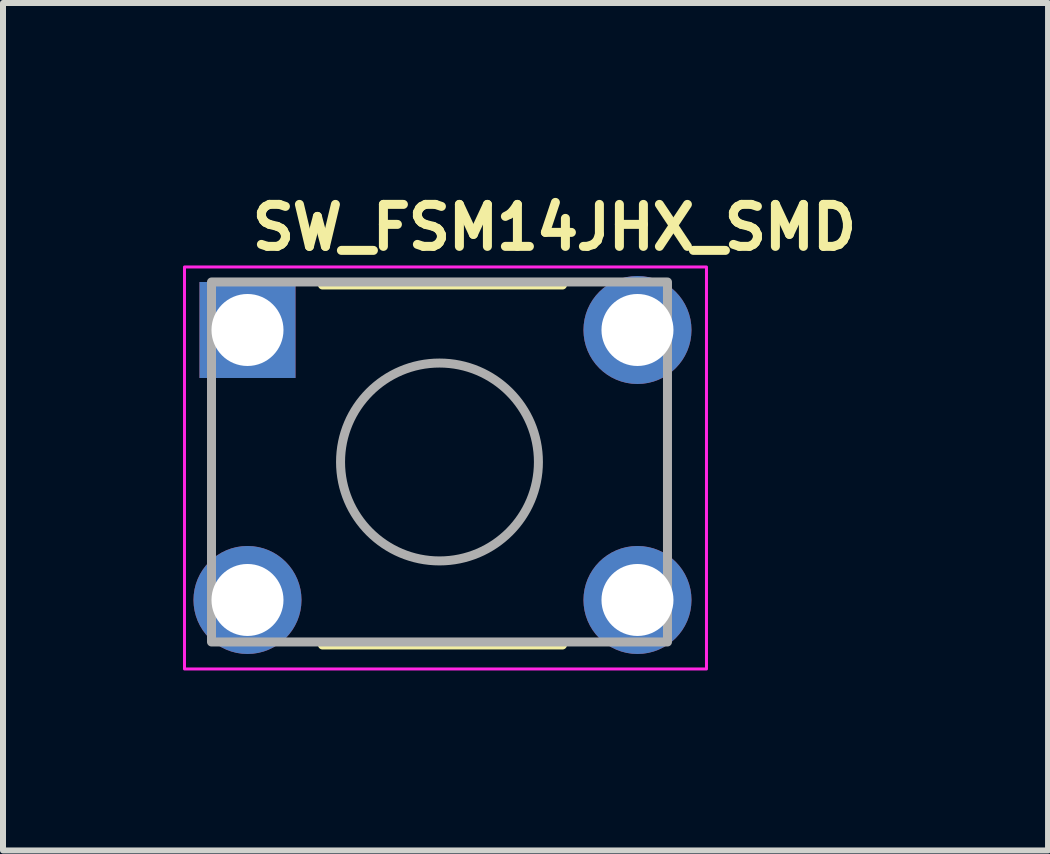
<source format=kicad_pcb>
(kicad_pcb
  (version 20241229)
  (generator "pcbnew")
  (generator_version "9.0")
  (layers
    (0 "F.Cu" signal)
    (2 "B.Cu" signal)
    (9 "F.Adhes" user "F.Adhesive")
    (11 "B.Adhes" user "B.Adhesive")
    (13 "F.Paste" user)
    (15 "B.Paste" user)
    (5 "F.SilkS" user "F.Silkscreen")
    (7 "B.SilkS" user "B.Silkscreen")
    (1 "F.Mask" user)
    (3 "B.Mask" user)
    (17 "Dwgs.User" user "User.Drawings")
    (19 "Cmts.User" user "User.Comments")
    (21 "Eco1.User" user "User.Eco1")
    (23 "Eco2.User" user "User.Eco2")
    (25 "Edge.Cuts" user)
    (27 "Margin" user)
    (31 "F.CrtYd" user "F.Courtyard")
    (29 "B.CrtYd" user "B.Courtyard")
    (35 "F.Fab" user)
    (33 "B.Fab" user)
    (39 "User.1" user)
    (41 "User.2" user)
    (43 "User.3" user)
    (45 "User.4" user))
  (footprint "SW_FSM14JHX_SMD"
    (layer "F.Cu")
    (at 1.075 2.45)
    (property "Reference" "SW_FSM14JHX_SMD" (at 0 -1.3 0) (layer "F.SilkS") (effects (font (size 0.7 0.7) (thickness 0.15)) (justify left bottom)))
    (attr through_hole)
    (fp_line (start 1.25 -0.75) (end 5.25 -0.75) (stroke (width 0.15) (type solid)) (layer "F.SilkS"))
    (fp_line (start 1.25 5.25) (end 5.25 5.25) (stroke (width 0.15) (type solid)) (layer "F.SilkS"))
    (fp_rect (start -1.05 -1.05) (end 7.65 5.65) (stroke (width 0.05) (type solid)) (fill no) (layer "F.CrtYd"))
    (fp_rect (start 7 -0.8) (end -0.6 5.2) (stroke (width 0.15) (type solid)) (fill no) (layer "F.Fab"))
    (fp_circle (center 3.2 2.2) (end 4.849 2.2) (stroke (width 0.15) (type solid)) (fill no) (layer "F.Fab"))
    (fp_rect (start -0.7 -0.795) (end 7.1 5.195) (stroke (width 0.1) (type solid)) (fill no) (layer "User.5"))
    (fp_line (start -0.7 -0.405) (end -0.7 0.305) (stroke (width 0.02) (type solid)) (layer "User.9"))
    (fp_line (start -0.7 -0.405) (end -0.679 -0.405) (stroke (width 0.02) (type solid)) (layer "User.9"))
    (fp_line (start -0.7 0.305) (end -0.679 0.305) (stroke (width 0.02) (type solid)) (layer "User.9"))
    (fp_line (start -0.7 4.095) (end -0.679 4.095) (stroke (width 0.02) (type solid)) (layer "User.9"))
    (fp_line (start -0.7 4.805) (end -0.7 4.095) (stroke (width 0.02) (type solid)) (layer "User.9"))
    (fp_line (start -0.7 4.805) (end -0.679 4.805) (stroke (width 0.02) (type solid)) (layer "User.9"))
    (fp_line (start -0.679 -0.405) (end -0.355 -0.405) (stroke (width 0.02) (type solid)) (layer "User.9"))
    (fp_line (start -0.679 0.305) (end -0.355 0.305) (stroke (width 0.02) (type solid)) (layer "User.9"))
    (fp_line (start -0.679 4.095) (end -0.355 4.095) (stroke (width 0.02) (type solid)) (layer "User.9"))
    (fp_line (start -0.679 4.805) (end -0.355 4.805) (stroke (width 0.02) (type solid)) (layer "User.9"))
    (fp_line (start -0.355 -0.405) (end -0.35 -0.405) (stroke (width 0.02) (type solid)) (layer "User.9"))
    (fp_line (start -0.355 0.305) (end -0.35 0.305) (stroke (width 0.02) (type solid)) (layer "User.9"))
    (fp_line (start -0.355 4.095) (end -0.35 4.095) (stroke (width 0.02) (type solid)) (layer "User.9"))
    (fp_line (start -0.355 4.805) (end -0.35 4.805) (stroke (width 0.02) (type solid)) (layer "User.9"))
    (fp_line (start -0.35 -0.405) (end -0.35 0.305) (stroke (width 0.02) (type solid)) (layer "User.9"))
    (fp_line (start -0.35 -0.405) (end -0.233 -0.405) (stroke (width 0.02) (type solid)) (layer "User.9"))
    (fp_line (start -0.35 0.305) (end -0.233 0.305) (stroke (width 0.02) (type solid)) (layer "User.9"))
    (fp_line (start -0.35 4.095) (end -0.233 4.095) (stroke (width 0.02) (type solid)) (layer "User.9"))
    (fp_line (start -0.35 4.805) (end -0.35 4.095) (stroke (width 0.02) (type solid)) (layer "User.9"))
    (fp_line (start -0.35 4.805) (end -0.233 4.805) (stroke (width 0.02) (type solid)) (layer "User.9"))
    (fp_line (start -0.233 -0.405) (end -0.233 -0.405) (stroke (width 0.02) (type solid)) (layer "User.9"))
    (fp_line (start -0.233 -0.405) (end 0.05 -0.405) (stroke (width 0.02) (type solid)) (layer "User.9"))
    (fp_line (start -0.233 0.305) (end -0.233 0.305) (stroke (width 0.02) (type solid)) (layer "User.9"))
    (fp_line (start -0.233 0.305) (end 0.05 0.305) (stroke (width 0.02) (type solid)) (layer "User.9"))
    (fp_line (start -0.233 4.095) (end -0.233 4.095) (stroke (width 0.02) (type solid)) (layer "User.9"))
    (fp_line (start -0.233 4.095) (end 0.05 4.095) (stroke (width 0.02) (type solid)) (layer "User.9"))
    (fp_line (start -0.233 4.805) (end -0.233 4.805) (stroke (width 0.02) (type solid)) (layer "User.9"))
    (fp_line (start -0.233 4.805) (end 0.05 4.805) (stroke (width 0.02) (type solid)) (layer "User.9"))
    (fp_line (start 0.05 -0.405) (end 0.205 -0.405) (stroke (width 0.02) (type solid)) (layer "User.9"))
    (fp_line (start 0.05 0.305) (end 0.205 0.305) (stroke (width 0.02) (type solid)) (layer "User.9"))
    (fp_line (start 0.05 4.095) (end 0.205 4.095) (stroke (width 0.02) (type solid)) (layer "User.9"))
    (fp_line (start 0.05 4.805) (end 0.205 4.805) (stroke (width 0.02) (type solid)) (layer "User.9"))
    (fp_line (start 0.205 -0.495) (end 0.205 4.895) (stroke (width 0.02) (type solid)) (layer "User.9"))
    (fp_line (start 0.205 -0.495) (end 0.205 4.895) (stroke (width 0.02) (type solid)) (layer "User.9"))
    (fp_line (start 0.205 4.895) (end 0.205 4.91) (stroke (width 0.02) (type solid)) (layer "User.9"))
    (fp_line (start 0.205 -0.51) (end 0.205 -0.495) (stroke (width 0.02) (type solid)) (layer "User.9"))
    (fp_line (start 0.205 4.91) (end 0.206 4.925) (stroke (width 0.02) (type solid)) (layer "User.9"))
    (fp_line (start 0.206 -0.525) (end 0.205 -0.51) (stroke (width 0.02) (type solid)) (layer "User.9"))
    (fp_line (start 0.206 4.925) (end 0.208 4.939) (stroke (width 0.02) (type solid)) (layer "User.9"))
    (fp_line (start 0.208 -0.539) (end 0.206 -0.525) (stroke (width 0.02) (type solid)) (layer "User.9"))
    (fp_line (start 0.208 4.939) (end 0.211 4.954) (stroke (width 0.02) (type solid)) (layer "User.9"))
    (fp_line (start 0.211 -0.554) (end 0.208 -0.539) (stroke (width 0.02) (type solid)) (layer "User.9"))
    (fp_line (start 0.211 4.954) (end 0.214 4.968) (stroke (width 0.02) (type solid)) (layer "User.9"))
    (fp_line (start 0.214 -0.568) (end 0.211 -0.554) (stroke (width 0.02) (type solid)) (layer "User.9"))
    (fp_line (start 0.214 4.968) (end 0.218 4.982) (stroke (width 0.02) (type solid)) (layer "User.9"))
    (fp_line (start 0.218 -0.582) (end 0.214 -0.568) (stroke (width 0.02) (type solid)) (layer "User.9"))
    (fp_line (start 0.218 4.982) (end 0.223 4.996) (stroke (width 0.02) (type solid)) (layer "User.9"))
    (fp_line (start 0.223 -0.596) (end 0.218 -0.582) (stroke (width 0.02) (type solid)) (layer "User.9"))
    (fp_line (start 0.223 4.996) (end 0.228 5.01) (stroke (width 0.02) (type solid)) (layer "User.9"))
    (fp_line (start 0.228 -0.61) (end 0.223 -0.596) (stroke (width 0.02) (type solid)) (layer "User.9"))
    (fp_line (start 0.228 5.01) (end 0.234 5.023) (stroke (width 0.02) (type solid)) (layer "User.9"))
    (fp_line (start 0.234 -0.623) (end 0.228 -0.61) (stroke (width 0.02) (type solid)) (layer "User.9"))
    (fp_line (start 0.234 5.023) (end 0.24 5.036) (stroke (width 0.02) (type solid)) (layer "User.9"))
    (fp_line (start 0.24 -0.636) (end 0.234 -0.623) (stroke (width 0.02) (type solid)) (layer "User.9"))
    (fp_line (start 0.24 5.036) (end 0.248 5.049) (stroke (width 0.02) (type solid)) (layer "User.9"))
    (fp_line (start 0.248 -0.649) (end 0.24 -0.636) (stroke (width 0.02) (type solid)) (layer "User.9"))
    (fp_line (start 0.248 5.049) (end 0.255 5.061) (stroke (width 0.02) (type solid)) (layer "User.9"))
    (fp_line (start 0.255 -0.661) (end 0.248 -0.649) (stroke (width 0.02) (type solid)) (layer "User.9"))
    (fp_line (start 0.255 5.061) (end 0.264 5.073) (stroke (width 0.02) (type solid)) (layer "User.9"))
    (fp_line (start 0.264 -0.673) (end 0.255 -0.661) (stroke (width 0.02) (type solid)) (layer "User.9"))
    (fp_line (start 0.264 5.073) (end 0.273 5.085) (stroke (width 0.02) (type solid)) (layer "User.9"))
    (fp_line (start 0.273 -0.685) (end 0.264 -0.673) (stroke (width 0.02) (type solid)) (layer "User.9"))
    (fp_line (start 0.273 5.085) (end 0.283 5.096) (stroke (width 0.02) (type solid)) (layer "User.9"))
    (fp_line (start 0.283 -0.696) (end 0.273 -0.685) (stroke (width 0.02) (type solid)) (layer "User.9"))
    (fp_line (start 0.283 5.096) (end 0.293 5.107) (stroke (width 0.02) (type solid)) (layer "User.9"))
    (fp_line (start 0.293 -0.707) (end 0.283 -0.696) (stroke (width 0.02) (type solid)) (layer "User.9"))
    (fp_line (start 0.293 -0.707) (end 0.293 -0.707) (stroke (width 0.02) (type solid)) (layer "User.9"))
    (fp_line (start 0.293 5.107) (end 0.293 5.107) (stroke (width 0.02) (type solid)) (layer "User.9"))
    (fp_line (start 0.293 5.107) (end 0.304 5.117) (stroke (width 0.02) (type solid)) (layer "User.9"))
    (fp_line (start 0.304 -0.717) (end 0.293 -0.707) (stroke (width 0.02) (type solid)) (layer "User.9"))
    (fp_line (start 0.304 5.117) (end 0.315 5.127) (stroke (width 0.02) (type solid)) (layer "User.9"))
    (fp_line (start 0.315 -0.727) (end 0.304 -0.717) (stroke (width 0.02) (type solid)) (layer "User.9"))
    (fp_line (start 0.315 5.127) (end 0.327 5.136) (stroke (width 0.02) (type solid)) (layer "User.9"))
    (fp_line (start 0.327 -0.736) (end 0.315 -0.727) (stroke (width 0.02) (type solid)) (layer "User.9"))
    (fp_line (start 0.327 5.136) (end 0.339 5.145) (stroke (width 0.02) (type solid)) (layer "User.9"))
    (fp_line (start 0.339 -0.745) (end 0.327 -0.736) (stroke (width 0.02) (type solid)) (layer "User.9"))
    (fp_line (start 0.339 5.145) (end 0.351 5.152) (stroke (width 0.02) (type solid)) (layer "User.9"))
    (fp_line (start 0.351 -0.752) (end 0.339 -0.745) (stroke (width 0.02) (type solid)) (layer "User.9"))
    (fp_line (start 0.351 5.152) (end 0.364 5.16) (stroke (width 0.02) (type solid)) (layer "User.9"))
    (fp_line (start 0.364 -0.76) (end 0.351 -0.752) (stroke (width 0.02) (type solid)) (layer "User.9"))
    (fp_line (start 0.364 5.16) (end 0.377 5.166) (stroke (width 0.02) (type solid)) (layer "User.9"))
    (fp_line (start 0.377 -0.766) (end 0.364 -0.76) (stroke (width 0.02) (type solid)) (layer "User.9"))
    (fp_line (start 0.377 5.166) (end 0.39 5.172) (stroke (width 0.02) (type solid)) (layer "User.9"))
    (fp_line (start 0.39 -0.772) (end 0.377 -0.766) (stroke (width 0.02) (type solid)) (layer "User.9"))
    (fp_line (start 0.39 5.172) (end 0.404 5.177) (stroke (width 0.02) (type solid)) (layer "User.9"))
    (fp_line (start 0.404 -0.777) (end 0.39 -0.772) (stroke (width 0.02) (type solid)) (layer "User.9"))
    (fp_line (start 0.404 5.177) (end 0.418 5.182) (stroke (width 0.02) (type solid)) (layer "User.9"))
    (fp_line (start 0.418 -0.782) (end 0.404 -0.777) (stroke (width 0.02) (type solid)) (layer "User.9"))
    (fp_line (start 0.418 5.182) (end 0.432 5.186) (stroke (width 0.02) (type solid)) (layer "User.9"))
    (fp_line (start 0.432 -0.786) (end 0.418 -0.782) (stroke (width 0.02) (type solid)) (layer "User.9"))
    (fp_line (start 0.432 5.186) (end 0.446 5.189) (stroke (width 0.02) (type solid)) (layer "User.9"))
    (fp_line (start 0.446 -0.789) (end 0.432 -0.786) (stroke (width 0.02) (type solid)) (layer "User.9"))
    (fp_line (start 0.446 5.189) (end 0.461 5.192) (stroke (width 0.02) (type solid)) (layer "User.9"))
    (fp_line (start 0.461 -0.792) (end 0.446 -0.789) (stroke (width 0.02) (type solid)) (layer "User.9"))
    (fp_line (start 0.461 5.192) (end 0.475 5.194) (stroke (width 0.02) (type solid)) (layer "User.9"))
    (fp_line (start 0.475 -0.794) (end 0.461 -0.792) (stroke (width 0.02) (type solid)) (layer "User.9"))
    (fp_line (start 0.475 5.194) (end 0.49 5.195) (stroke (width 0.02) (type solid)) (layer "User.9"))
    (fp_line (start 0.49 -0.795) (end 0.475 -0.794) (stroke (width 0.02) (type solid)) (layer "User.9"))
    (fp_line (start 0.49 5.195) (end 0.505 5.195) (stroke (width 0.02) (type solid)) (layer "User.9"))
    (fp_line (start 0.505 -0.795) (end 0.49 -0.795) (stroke (width 0.02) (type solid)) (layer "User.9"))
    (fp_line (start 0.505 5.195) (end 5.895 5.195) (stroke (width 0.02) (type solid)) (layer "User.9"))
    (fp_line (start 0.505 5.195) (end 5.895 5.195) (stroke (width 0.02) (type solid)) (layer "User.9"))
    (fp_line (start 0.75 0.2) (end 0.751 0.171) (stroke (width 0.02) (type solid)) (layer "User.9"))
    (fp_line (start 0.75 4.2) (end 0.751 4.17) (stroke (width 0.02) (type solid)) (layer "User.9"))
    (fp_line (start 0.75 4.215) (end 0.75 4.2) (stroke (width 0.02) (type solid)) (layer "User.9"))
    (fp_line (start 0.751 0.171) (end 0.754 0.142) (stroke (width 0.02) (type solid)) (layer "User.9"))
    (fp_line (start 0.751 0.229) (end 0.75 0.2) (stroke (width 0.02) (type solid)) (layer "User.9"))
    (fp_line (start 0.751 4.17) (end 0.754 4.14) (stroke (width 0.02) (type solid)) (layer "User.9"))
    (fp_line (start 0.751 4.23) (end 0.75 4.215) (stroke (width 0.02) (type solid)) (layer "User.9"))
    (fp_line (start 0.752 4.245) (end 0.751 4.23) (stroke (width 0.02) (type solid)) (layer "User.9"))
    (fp_line (start 0.754 0.142) (end 0.758 0.113) (stroke (width 0.02) (type solid)) (layer "User.9"))
    (fp_line (start 0.754 0.258) (end 0.751 0.229) (stroke (width 0.02) (type solid)) (layer "User.9"))
    (fp_line (start 0.754 4.14) (end 0.759 4.111) (stroke (width 0.02) (type solid)) (layer "User.9"))
    (fp_line (start 0.754 4.26) (end 0.752 4.245) (stroke (width 0.02) (type solid)) (layer "User.9"))
    (fp_line (start 0.756 4.274) (end 0.754 4.26) (stroke (width 0.02) (type solid)) (layer "User.9"))
    (fp_line (start 0.758 0.113) (end 0.765 0.084) (stroke (width 0.02) (type solid)) (layer "User.9"))
    (fp_line (start 0.758 0.287) (end 0.754 0.258) (stroke (width 0.02) (type solid)) (layer "User.9"))
    (fp_line (start 0.759 4.111) (end 0.766 4.083) (stroke (width 0.02) (type solid)) (layer "User.9"))
    (fp_line (start 0.759 4.289) (end 0.756 4.274) (stroke (width 0.02) (type solid)) (layer "User.9"))
    (fp_line (start 0.762 4.303) (end 0.759 4.289) (stroke (width 0.02) (type solid)) (layer "User.9"))
    (fp_line (start 0.765 0.084) (end 0.774 0.056) (stroke (width 0.02) (type solid)) (layer "User.9"))
    (fp_line (start 0.765 0.316) (end 0.758 0.287) (stroke (width 0.02) (type solid)) (layer "User.9"))
    (fp_line (start 0.766 4.083) (end 0.774 4.055) (stroke (width 0.02) (type solid)) (layer "User.9"))
    (fp_line (start 0.766 4.317) (end 0.762 4.303) (stroke (width 0.02) (type solid)) (layer "User.9"))
    (fp_line (start 0.77 4.332) (end 0.766 4.317) (stroke (width 0.02) (type solid)) (layer "User.9"))
    (fp_line (start 0.774 0.056) (end 0.784 0.029) (stroke (width 0.02) (type solid)) (layer "User.9"))
    (fp_line (start 0.774 0.344) (end 0.765 0.316) (stroke (width 0.02) (type solid)) (layer "User.9"))
    (fp_line (start 0.774 4.055) (end 0.784 4.027) (stroke (width 0.02) (type solid)) (layer "User.9"))
    (fp_line (start 0.774 4.345) (end 0.77 4.332) (stroke (width 0.02) (type solid)) (layer "User.9"))
    (fp_line (start 0.779 4.359) (end 0.774 4.345) (stroke (width 0.02) (type solid)) (layer "User.9"))
    (fp_line (start 0.784 0.029) (end 0.796 0.001) (stroke (width 0.02) (type solid)) (layer "User.9"))
    (fp_line (start 0.784 0.371) (end 0.774 0.344) (stroke (width 0.02) (type solid)) (layer "User.9"))
    (fp_line (start 0.784 4.027) (end 0.797 4.001) (stroke (width 0.02) (type solid)) (layer "User.9"))
    (fp_line (start 0.784 4.373) (end 0.779 4.359) (stroke (width 0.02) (type solid)) (layer "User.9"))
    (fp_line (start 0.79 4.386) (end 0.784 4.373) (stroke (width 0.02) (type solid)) (layer "User.9"))
    (fp_line (start 0.796 0.001) (end 0.81 -0.025) (stroke (width 0.02) (type solid)) (layer "User.9"))
    (fp_line (start 0.796 0.399) (end 0.784 0.371) (stroke (width 0.02) (type solid)) (layer "User.9"))
    (fp_line (start 0.797 4.001) (end 0.81 3.975) (stroke (width 0.02) (type solid)) (layer "User.9"))
    (fp_line (start 0.797 4.399) (end 0.79 4.386) (stroke (width 0.02) (type solid)) (layer "User.9"))
    (fp_line (start 0.803 4.412) (end 0.797 4.399) (stroke (width 0.02) (type solid)) (layer "User.9"))
    (fp_line (start 0.81 -0.025) (end 0.81 -0.025) (stroke (width 0.02) (type solid)) (layer "User.9"))
    (fp_line (start 0.81 -0.025) (end 0.818 -0.038) (stroke (width 0.02) (type solid)) (layer "User.9"))
    (fp_line (start 0.81 0.425) (end 0.796 0.399) (stroke (width 0.02) (type solid)) (layer "User.9"))
    (fp_line (start 0.81 0.425) (end 0.81 0.425) (stroke (width 0.02) (type solid)) (layer "User.9"))
    (fp_line (start 0.81 3.975) (end 0.826 3.95) (stroke (width 0.02) (type solid)) (layer "User.9"))
    (fp_line (start 0.81 4.425) (end 0.803 4.412) (stroke (width 0.02) (type solid)) (layer "User.9"))
    (fp_line (start 0.818 4.437) (end 0.81 4.425) (stroke (width 0.02) (type solid)) (layer "User.9"))
    (fp_line (start 0.818 -0.038) (end 0.826 -0.05) (stroke (width 0.02) (type solid)) (layer "User.9"))
    (fp_line (start 0.826 3.95) (end 0.843 3.927) (stroke (width 0.02) (type solid)) (layer "User.9"))
    (fp_line (start 0.826 4.45) (end 0.818 4.437) (stroke (width 0.02) (type solid)) (layer "User.9"))
    (fp_line (start 0.826 -0.05) (end 0.835 -0.063) (stroke (width 0.02) (type solid)) (layer "User.9"))
    (fp_line (start 0.826 0.45) (end 0.81 0.425) (stroke (width 0.02) (type solid)) (layer "User.9"))
    (fp_line (start 0.834 4.462) (end 0.826 4.45) (stroke (width 0.02) (type solid)) (layer "User.9"))
    (fp_line (start 0.835 -0.063) (end 0.844 -0.075) (stroke (width 0.02) (type solid)) (layer "User.9"))
    (fp_line (start 0.843 3.927) (end 0.861 3.904) (stroke (width 0.02) (type solid)) (layer "User.9"))
    (fp_line (start 0.843 4.473) (end 0.834 4.462) (stroke (width 0.02) (type solid)) (layer "User.9"))
    (fp_line (start 0.844 -0.075) (end 0.853 -0.086) (stroke (width 0.02) (type solid)) (layer "User.9"))
    (fp_line (start 0.844 0.475) (end 0.826 0.45) (stroke (width 0.02) (type solid)) (layer "User.9"))
    (fp_line (start 0.852 4.485) (end 0.843 4.473) (stroke (width 0.02) (type solid)) (layer "User.9"))
    (fp_line (start 0.853 -0.086) (end 0.862 -0.097) (stroke (width 0.02) (type solid)) (layer "User.9"))
    (fp_line (start 0.861 3.904) (end 0.881 3.882) (stroke (width 0.02) (type solid)) (layer "User.9"))
    (fp_line (start 0.861 4.496) (end 0.852 4.485) (stroke (width 0.02) (type solid)) (layer "User.9"))
    (fp_line (start 0.862 -0.097) (end 0.872 -0.108) (stroke (width 0.02) (type solid)) (layer "User.9"))
    (fp_line (start 0.862 0.497) (end 0.844 0.475) (stroke (width 0.02) (type solid)) (layer "User.9"))
    (fp_line (start 0.871 4.507) (end 0.861 4.496) (stroke (width 0.02) (type solid)) (layer "User.9"))
    (fp_line (start 0.872 -0.108) (end 0.882 -0.119) (stroke (width 0.02) (type solid)) (layer "User.9"))
    (fp_line (start 0.881 3.882) (end 0.903 3.862) (stroke (width 0.02) (type solid)) (layer "User.9"))
    (fp_line (start 0.881 4.518) (end 0.871 4.507) (stroke (width 0.02) (type solid)) (layer "User.9"))
    (fp_line (start 0.882 -0.119) (end 0.893 -0.129) (stroke (width 0.02) (type solid)) (layer "User.9"))
    (fp_line (start 0.882 0.519) (end 0.862 0.497) (stroke (width 0.02) (type solid)) (layer "User.9"))
    (fp_line (start 0.892 4.528) (end 0.881 4.518) (stroke (width 0.02) (type solid)) (layer "User.9"))
    (fp_line (start 0.893 -0.129) (end 0.904 -0.139) (stroke (width 0.02) (type solid)) (layer "User.9"))
    (fp_line (start 0.903 3.862) (end 0.925 3.844) (stroke (width 0.02) (type solid)) (layer "User.9"))
    (fp_line (start 0.903 4.538) (end 0.892 4.528) (stroke (width 0.02) (type solid)) (layer "User.9"))
    (fp_line (start 0.904 -0.139) (end 0.915 -0.148) (stroke (width 0.02) (type solid)) (layer "User.9"))
    (fp_line (start 0.904 0.539) (end 0.882 0.519) (stroke (width 0.02) (type solid)) (layer "User.9"))
    (fp_line (start 0.914 4.547) (end 0.903 4.538) (stroke (width 0.02) (type solid)) (layer "User.9"))
    (fp_line (start 0.915 -0.148) (end 0.927 -0.157) (stroke (width 0.02) (type solid)) (layer "User.9"))
    (fp_line (start 0.925 3.844) (end 0.95 3.826) (stroke (width 0.02) (type solid)) (layer "User.9"))
    (fp_line (start 0.925 4.556) (end 0.914 4.547) (stroke (width 0.02) (type solid)) (layer "User.9"))
    (fp_line (start 0.927 -0.157) (end 0.938 -0.166) (stroke (width 0.02) (type solid)) (layer "User.9"))
    (fp_line (start 0.927 0.557) (end 0.904 0.539) (stroke (width 0.02) (type solid)) (layer "User.9"))
    (fp_line (start 0.937 4.565) (end 0.925 4.556) (stroke (width 0.02) (type solid)) (layer "User.9"))
    (fp_line (start 0.938 -0.166) (end 0.95 -0.174) (stroke (width 0.02) (type solid)) (layer "User.9"))
    (fp_line (start 0.95 3.826) (end 0.975 3.81) (stroke (width 0.02) (type solid)) (layer "User.9"))
    (fp_line (start 0.95 4.574) (end 0.937 4.565) (stroke (width 0.02) (type solid)) (layer "User.9"))
    (fp_line (start 0.95 -0.174) (end 0.963 -0.182) (stroke (width 0.02) (type solid)) (layer "User.9"))
    (fp_line (start 0.95 0.574) (end 0.927 0.557) (stroke (width 0.02) (type solid)) (layer "User.9"))
    (fp_line (start 0.962 4.582) (end 0.95 4.574) (stroke (width 0.02) (type solid)) (layer "User.9"))
    (fp_line (start 0.963 -0.182) (end 0.975 -0.19) (stroke (width 0.02) (type solid)) (layer "User.9"))
    (fp_line (start 0.975 -0.19) (end 0.988 -0.197) (stroke (width 0.02) (type solid)) (layer "User.9"))
    (fp_line (start 0.975 0.59) (end 0.95 0.574) (stroke (width 0.02) (type solid)) (layer "User.9"))
    (fp_line (start 0.975 3.81) (end 0.975 3.81) (stroke (width 0.02) (type solid)) (layer "User.9"))
    (fp_line (start 0.975 3.81) (end 1.001 3.796) (stroke (width 0.02) (type solid)) (layer "User.9"))
    (fp_line (start 0.975 4.59) (end 0.962 4.582) (stroke (width 0.02) (type solid)) (layer "User.9"))
    (fp_line (start 0.975 4.59) (end 0.975 4.59) (stroke (width 0.02) (type solid)) (layer "User.9"))
    (fp_line (start 0.988 -0.197) (end 1.001 -0.203) (stroke (width 0.02) (type solid)) (layer "User.9"))
    (fp_line (start 1.001 -0.203) (end 1.014 -0.21) (stroke (width 0.02) (type solid)) (layer "User.9"))
    (fp_line (start 1.001 0.603) (end 0.975 0.59) (stroke (width 0.02) (type solid)) (layer "User.9"))
    (fp_line (start 1.001 3.796) (end 1.029 3.784) (stroke (width 0.02) (type solid)) (layer "User.9"))
    (fp_line (start 1.001 4.604) (end 0.975 4.59) (stroke (width 0.02) (type solid)) (layer "User.9"))
    (fp_line (start 1.014 -0.21) (end 1.027 -0.216) (stroke (width 0.02) (type solid)) (layer "User.9"))
    (fp_line (start 1.027 -0.216) (end 1.041 -0.221) (stroke (width 0.02) (type solid)) (layer "User.9"))
    (fp_line (start 1.027 0.616) (end 1.001 0.603) (stroke (width 0.02) (type solid)) (layer "User.9"))
    (fp_line (start 1.029 3.784) (end 1.056 3.774) (stroke (width 0.02) (type solid)) (layer "User.9"))
    (fp_line (start 1.029 4.616) (end 1.001 4.604) (stroke (width 0.02) (type solid)) (layer "User.9"))
    (fp_line (start 1.041 -0.221) (end 1.055 -0.226) (stroke (width 0.02) (type solid)) (layer "User.9"))
    (fp_line (start 1.055 -0.226) (end 1.068 -0.23) (stroke (width 0.02) (type solid)) (layer "User.9"))
    (fp_line (start 1.055 0.626) (end 1.027 0.616) (stroke (width 0.02) (type solid)) (layer "User.9"))
    (fp_line (start 1.056 3.774) (end 1.084 3.765) (stroke (width 0.02) (type solid)) (layer "User.9"))
    (fp_line (start 1.056 4.626) (end 1.029 4.616) (stroke (width 0.02) (type solid)) (layer "User.9"))
    (fp_line (start 1.068 -0.23) (end 1.083 -0.234) (stroke (width 0.02) (type solid)) (layer "User.9"))
    (fp_line (start 1.083 -0.234) (end 1.097 -0.238) (stroke (width 0.02) (type solid)) (layer "User.9"))
    (fp_line (start 1.083 0.634) (end 1.055 0.626) (stroke (width 0.02) (type solid)) (layer "User.9"))
    (fp_line (start 1.084 3.765) (end 1.113 3.758) (stroke (width 0.02) (type solid)) (layer "User.9"))
    (fp_line (start 1.084 4.635) (end 1.056 4.626) (stroke (width 0.02) (type solid)) (layer "User.9"))
    (fp_line (start 1.097 -0.238) (end 1.111 -0.241) (stroke (width 0.02) (type solid)) (layer "User.9"))
    (fp_line (start 1.111 -0.241) (end 1.126 -0.244) (stroke (width 0.02) (type solid)) (layer "User.9"))
    (fp_line (start 1.111 0.641) (end 1.083 0.634) (stroke (width 0.02) (type solid)) (layer "User.9"))
    (fp_line (start 1.113 3.758) (end 1.142 3.754) (stroke (width 0.02) (type solid)) (layer "User.9"))
    (fp_line (start 1.113 4.642) (end 1.084 4.635) (stroke (width 0.02) (type solid)) (layer "User.9"))
    (fp_line (start 1.126 -0.244) (end 1.14 -0.246) (stroke (width 0.02) (type solid)) (layer "User.9"))
    (fp_line (start 1.14 -0.246) (end 1.155 -0.248) (stroke (width 0.02) (type solid)) (layer "User.9"))
    (fp_line (start 1.14 0.646) (end 1.111 0.641) (stroke (width 0.02) (type solid)) (layer "User.9"))
    (fp_line (start 1.142 3.754) (end 1.171 3.751) (stroke (width 0.02) (type solid)) (layer "User.9"))
    (fp_line (start 1.142 4.646) (end 1.113 4.642) (stroke (width 0.02) (type solid)) (layer "User.9"))
    (fp_line (start 1.155 -0.248) (end 1.17 -0.249) (stroke (width 0.02) (type solid)) (layer "User.9"))
    (fp_line (start 1.17 -0.249) (end 1.185 -0.25) (stroke (width 0.02) (type solid)) (layer "User.9"))
    (fp_line (start 1.17 0.649) (end 1.14 0.646) (stroke (width 0.02) (type solid)) (layer "User.9"))
    (fp_line (start 1.171 3.751) (end 1.2 3.75) (stroke (width 0.02) (type solid)) (layer "User.9"))
    (fp_line (start 1.171 4.649) (end 1.142 4.646) (stroke (width 0.02) (type solid)) (layer "User.9"))
    (fp_line (start 1.185 -0.25) (end 1.2 -0.25) (stroke (width 0.02) (type solid)) (layer "User.9"))
    (fp_line (start 1.2 -0.25) (end 1.23 -0.249) (stroke (width 0.02) (type solid)) (layer "User.9"))
    (fp_line (start 1.2 0.65) (end 1.17 0.649) (stroke (width 0.02) (type solid)) (layer "User.9"))
    (fp_line (start 1.2 3.75) (end 1.229 3.751) (stroke (width 0.02) (type solid)) (layer "User.9"))
    (fp_line (start 1.2 4.65) (end 1.171 4.649) (stroke (width 0.02) (type solid)) (layer "User.9"))
    (fp_line (start 1.215 0.65) (end 1.2 0.65) (stroke (width 0.02) (type solid)) (layer "User.9"))
    (fp_line (start 1.229 3.751) (end 1.258 3.754) (stroke (width 0.02) (type solid)) (layer "User.9"))
    (fp_line (start 1.229 4.649) (end 1.2 4.65) (stroke (width 0.02) (type solid)) (layer "User.9"))
    (fp_line (start 1.23 -0.249) (end 1.26 -0.246) (stroke (width 0.02) (type solid)) (layer "User.9"))
    (fp_line (start 1.23 0.649) (end 1.215 0.65) (stroke (width 0.02) (type solid)) (layer "User.9"))
    (fp_line (start 1.245 0.648) (end 1.23 0.649) (stroke (width 0.02) (type solid)) (layer "User.9"))
    (fp_line (start 1.258 3.754) (end 1.287 3.758) (stroke (width 0.02) (type solid)) (layer "User.9"))
    (fp_line (start 1.258 4.646) (end 1.229 4.649) (stroke (width 0.02) (type solid)) (layer "User.9"))
    (fp_line (start 1.26 -0.246) (end 1.289 -0.241) (stroke (width 0.02) (type solid)) (layer "User.9"))
    (fp_line (start 1.26 0.646) (end 1.245 0.648) (stroke (width 0.02) (type solid)) (layer "User.9"))
    (fp_line (start 1.274 0.644) (end 1.26 0.646) (stroke (width 0.02) (type solid)) (layer "User.9"))
    (fp_line (start 1.287 3.758) (end 1.316 3.765) (stroke (width 0.02) (type solid)) (layer "User.9"))
    (fp_line (start 1.287 4.642) (end 1.258 4.646) (stroke (width 0.02) (type solid)) (layer "User.9"))
    (fp_line (start 1.289 -0.241) (end 1.317 -0.234) (stroke (width 0.02) (type solid)) (layer "User.9"))
    (fp_line (start 1.289 0.641) (end 1.274 0.644) (stroke (width 0.02) (type solid)) (layer "User.9"))
    (fp_line (start 1.303 0.638) (end 1.289 0.641) (stroke (width 0.02) (type solid)) (layer "User.9"))
    (fp_line (start 1.316 3.765) (end 1.344 3.774) (stroke (width 0.02) (type solid)) (layer "User.9"))
    (fp_line (start 1.316 4.635) (end 1.287 4.642) (stroke (width 0.02) (type solid)) (layer "User.9"))
    (fp_line (start 1.317 -0.234) (end 1.345 -0.226) (stroke (width 0.02) (type solid)) (layer "User.9"))
    (fp_line (start 1.317 0.634) (end 1.303 0.638) (stroke (width 0.02) (type solid)) (layer "User.9"))
    (fp_line (start 1.332 0.63) (end 1.317 0.634) (stroke (width 0.02) (type solid)) (layer "User.9"))
    (fp_line (start 1.344 3.774) (end 1.371 3.784) (stroke (width 0.02) (type solid)) (layer "User.9"))
    (fp_line (start 1.344 4.626) (end 1.316 4.635) (stroke (width 0.02) (type solid)) (layer "User.9"))
    (fp_line (start 1.345 -0.226) (end 1.373 -0.216) (stroke (width 0.02) (type solid)) (layer "User.9"))
    (fp_line (start 1.345 0.626) (end 1.332 0.63) (stroke (width 0.02) (type solid)) (layer "User.9"))
    (fp_line (start 1.359 0.621) (end 1.345 0.626) (stroke (width 0.02) (type solid)) (layer "User.9"))
    (fp_line (start 1.371 3.784) (end 1.399 3.796) (stroke (width 0.02) (type solid)) (layer "User.9"))
    (fp_line (start 1.371 4.616) (end 1.344 4.626) (stroke (width 0.02) (type solid)) (layer "User.9"))
    (fp_line (start 1.373 -0.216) (end 1.399 -0.203) (stroke (width 0.02) (type solid)) (layer "User.9"))
    (fp_line (start 1.373 0.616) (end 1.359 0.621) (stroke (width 0.02) (type solid)) (layer "User.9"))
    (fp_line (start 1.386 0.61) (end 1.373 0.616) (stroke (width 0.02) (type solid)) (layer "User.9"))
    (fp_line (start 1.399 3.796) (end 1.425 3.81) (stroke (width 0.02) (type solid)) (layer "User.9"))
    (fp_line (start 1.399 4.604) (end 1.371 4.616) (stroke (width 0.02) (type solid)) (layer "User.9"))
    (fp_line (start 1.399 -0.203) (end 1.425 -0.19) (stroke (width 0.02) (type solid)) (layer "User.9"))
    (fp_line (start 1.399 0.603) (end 1.386 0.61) (stroke (width 0.02) (type solid)) (layer "User.9"))
    (fp_line (start 1.412 0.597) (end 1.399 0.603) (stroke (width 0.02) (type solid)) (layer "User.9"))
    (fp_line (start 1.425 -0.19) (end 1.45 -0.174) (stroke (width 0.02) (type solid)) (layer "User.9"))
    (fp_line (start 1.425 0.59) (end 1.412 0.597) (stroke (width 0.02) (type solid)) (layer "User.9"))
    (fp_line (start 1.425 3.81) (end 1.425 3.81) (stroke (width 0.02) (type solid)) (layer "User.9"))
    (fp_line (start 1.425 3.81) (end 1.438 3.818) (stroke (width 0.02) (type solid)) (layer "User.9"))
    (fp_line (start 1.425 4.59) (end 1.399 4.604) (stroke (width 0.02) (type solid)) (layer "User.9"))
    (fp_line (start 1.425 4.59) (end 1.425 4.59) (stroke (width 0.02) (type solid)) (layer "User.9"))
    (fp_line (start 1.437 0.582) (end 1.425 0.59) (stroke (width 0.02) (type solid)) (layer "User.9"))
    (fp_line (start 1.438 3.818) (end 1.45 3.826) (stroke (width 0.02) (type solid)) (layer "User.9"))
    (fp_line (start 1.445 2.2) (end 1.447 2.11) (stroke (width 0.02) (type solid)) (layer "User.9"))
    (fp_line (start 1.447 2.11) (end 1.454 2.021) (stroke (width 0.02) (type solid)) (layer "User.9"))
    (fp_line (start 1.447 2.29) (end 1.445 2.2) (stroke (width 0.02) (type solid)) (layer "User.9"))
    (fp_line (start 1.45 -0.174) (end 1.473 -0.157) (stroke (width 0.02) (type solid)) (layer "User.9"))
    (fp_line (start 1.45 0.574) (end 1.437 0.582) (stroke (width 0.02) (type solid)) (layer "User.9"))
    (fp_line (start 1.45 3.826) (end 1.463 3.835) (stroke (width 0.02) (type solid)) (layer "User.9"))
    (fp_line (start 1.45 4.574) (end 1.425 4.59) (stroke (width 0.02) (type solid)) (layer "User.9"))
    (fp_line (start 1.454 2.021) (end 1.465 1.933) (stroke (width 0.02) (type solid)) (layer "User.9"))
    (fp_line (start 1.454 2.379) (end 1.447 2.29) (stroke (width 0.02) (type solid)) (layer "User.9"))
    (fp_line (start 1.462 0.566) (end 1.45 0.574) (stroke (width 0.02) (type solid)) (layer "User.9"))
    (fp_line (start 1.463 3.835) (end 1.475 3.844) (stroke (width 0.02) (type solid)) (layer "User.9"))
    (fp_line (start 1.465 1.933) (end 1.481 1.846) (stroke (width 0.02) (type solid)) (layer "User.9"))
    (fp_line (start 1.465 2.467) (end 1.454 2.379) (stroke (width 0.02) (type solid)) (layer "User.9"))
    (fp_line (start 1.473 -0.157) (end 1.496 -0.139) (stroke (width 0.02) (type solid)) (layer "User.9"))
    (fp_line (start 1.473 0.557) (end 1.462 0.566) (stroke (width 0.02) (type solid)) (layer "User.9"))
    (fp_line (start 1.475 3.844) (end 1.486 3.853) (stroke (width 0.02) (type solid)) (layer "User.9"))
    (fp_line (start 1.475 4.556) (end 1.45 4.574) (stroke (width 0.02) (type solid)) (layer "User.9"))
    (fp_line (start 1.481 1.846) (end 1.5 1.762) (stroke (width 0.02) (type solid)) (layer "User.9"))
    (fp_line (start 1.481 2.554) (end 1.465 2.467) (stroke (width 0.02) (type solid)) (layer "User.9"))
    (fp_line (start 1.485 0.548) (end 1.473 0.557) (stroke (width 0.02) (type solid)) (layer "User.9"))
    (fp_line (start 1.486 3.853) (end 1.497 3.862) (stroke (width 0.02) (type solid)) (layer "User.9"))
    (fp_line (start 1.496 -0.139) (end 1.518 -0.119) (stroke (width 0.02) (type solid)) (layer "User.9"))
    (fp_line (start 1.496 0.539) (end 1.485 0.548) (stroke (width 0.02) (type solid)) (layer "User.9"))
    (fp_line (start 1.497 3.862) (end 1.508 3.872) (stroke (width 0.02) (type solid)) (layer "User.9"))
    (fp_line (start 1.497 4.538) (end 1.475 4.556) (stroke (width 0.02) (type solid)) (layer "User.9"))
    (fp_line (start 1.5 1.762) (end 1.524 1.678) (stroke (width 0.02) (type solid)) (layer "User.9"))
    (fp_line (start 1.5 2.638) (end 1.481 2.554) (stroke (width 0.02) (type solid)) (layer "User.9"))
    (fp_line (start 1.507 0.529) (end 1.496 0.539) (stroke (width 0.02) (type solid)) (layer "User.9"))
    (fp_line (start 1.508 3.872) (end 1.519 3.882) (stroke (width 0.02) (type solid)) (layer "User.9"))
    (fp_line (start 1.518 -0.119) (end 1.538 -0.097) (stroke (width 0.02) (type solid)) (layer "User.9"))
    (fp_line (start 1.518 0.519) (end 1.507 0.529) (stroke (width 0.02) (type solid)) (layer "User.9"))
    (fp_line (start 1.519 3.882) (end 1.529 3.893) (stroke (width 0.02) (type solid)) (layer "User.9"))
    (fp_line (start 1.519 4.518) (end 1.497 4.538) (stroke (width 0.02) (type solid)) (layer "User.9"))
    (fp_line (start 1.524 1.678) (end 1.552 1.597) (stroke (width 0.02) (type solid)) (layer "User.9"))
    (fp_line (start 1.524 2.722) (end 1.5 2.638) (stroke (width 0.02) (type solid)) (layer "User.9"))
    (fp_line (start 1.528 0.508) (end 1.518 0.519) (stroke (width 0.02) (type solid)) (layer "User.9"))
    (fp_line (start 1.529 3.893) (end 1.539 3.904) (stroke (width 0.02) (type solid)) (layer "User.9"))
    (fp_line (start 1.538 -0.097) (end 1.556 -0.075) (stroke (width 0.02) (type solid)) (layer "User.9"))
    (fp_line (start 1.538 0.497) (end 1.528 0.508) (stroke (width 0.02) (type solid)) (layer "User.9"))
    (fp_line (start 1.539 3.904) (end 1.548 3.915) (stroke (width 0.02) (type solid)) (layer "User.9"))
    (fp_line (start 1.539 4.496) (end 1.519 4.518) (stroke (width 0.02) (type solid)) (layer "User.9"))
    (fp_line (start 1.547 0.486) (end 1.538 0.497) (stroke (width 0.02) (type solid)) (layer "User.9"))
    (fp_line (start 1.548 3.915) (end 1.557 3.927) (stroke (width 0.02) (type solid)) (layer "User.9"))
    (fp_line (start 1.552 1.597) (end 1.583 1.517) (stroke (width 0.02) (type solid)) (layer "User.9"))
    (fp_line (start 1.552 2.803) (end 1.524 2.722) (stroke (width 0.02) (type solid)) (layer "User.9"))
    (fp_line (start 1.556 -0.075) (end 1.574 -0.05) (stroke (width 0.02) (type solid)) (layer "User.9"))
    (fp_line (start 1.556 0.475) (end 1.547 0.486) (stroke (width 0.02) (type solid)) (layer "User.9"))
    (fp_line (start 1.557 3.927) (end 1.566 3.938) (stroke (width 0.02) (type solid)) (layer "User.9"))
    (fp_line (start 1.557 4.473) (end 1.539 4.496) (stroke (width 0.02) (type solid)) (layer "User.9"))
    (fp_line (start 1.565 0.463) (end 1.556 0.475) (stroke (width 0.02) (type solid)) (layer "User.9"))
    (fp_line (start 1.566 3.938) (end 1.574 3.95) (stroke (width 0.02) (type solid)) (layer "User.9"))
    (fp_line (start 1.574 -0.05) (end 1.59 -0.025) (stroke (width 0.02) (type solid)) (layer "User.9"))
    (fp_line (start 1.574 0.45) (end 1.565 0.463) (stroke (width 0.02) (type solid)) (layer "User.9"))
    (fp_line (start 1.574 3.95) (end 1.582 3.963) (stroke (width 0.02) (type solid)) (layer "User.9"))
    (fp_line (start 1.574 4.45) (end 1.557 4.473) (stroke (width 0.02) (type solid)) (layer "User.9"))
    (fp_line (start 1.582 0.438) (end 1.574 0.45) (stroke (width 0.02) (type solid)) (layer "User.9"))
    (fp_line (start 1.582 3.963) (end 1.59 3.975) (stroke (width 0.02) (type solid)) (layer "User.9"))
    (fp_line (start 1.583 1.517) (end 1.618 1.439) (stroke (width 0.02) (type solid)) (layer "User.9"))
    (fp_line (start 1.583 2.883) (end 1.552 2.803) (stroke (width 0.02) (type solid)) (layer "User.9"))
    (fp_line (start 1.59 -0.025) (end 1.59 -0.025) (stroke (width 0.02) (type solid)) (layer "User.9"))
    (fp_line (start 1.59 -0.025) (end 1.604 0.001) (stroke (width 0.02) (type solid)) (layer "User.9"))
    (fp_line (start 1.59 0.425) (end 1.582 0.438) (stroke (width 0.02) (type solid)) (layer "User.9"))
    (fp_line (start 1.59 0.425) (end 1.59 0.425) (stroke (width 0.02) (type solid)) (layer "User.9"))
    (fp_line (start 1.59 3.975) (end 1.597 3.988) (stroke (width 0.02) (type solid)) (layer "User.9"))
    (fp_line (start 1.59 4.425) (end 1.574 4.45) (stroke (width 0.02) (type solid)) (layer "User.9"))
    (fp_line (start 1.597 3.988) (end 1.603 4.001) (stroke (width 0.02) (type solid)) (layer "User.9"))
    (fp_line (start 1.603 4.001) (end 1.61 4.014) (stroke (width 0.02) (type solid)) (layer "User.9"))
    (fp_line (start 1.603 4.399) (end 1.59 4.425) (stroke (width 0.02) (type solid)) (layer "User.9"))
    (fp_line (start 1.604 0.001) (end 1.616 0.029) (stroke (width 0.02) (type solid)) (layer "User.9"))
    (fp_line (start 1.604 0.399) (end 1.59 0.425) (stroke (width 0.02) (type solid)) (layer "User.9"))
    (fp_line (start 1.61 4.014) (end 1.616 4.027) (stroke (width 0.02) (type solid)) (layer "User.9"))
    (fp_line (start 1.616 4.027) (end 1.621 4.041) (stroke (width 0.02) (type solid)) (layer "User.9"))
    (fp_line (start 1.616 4.373) (end 1.603 4.399) (stroke (width 0.02) (type solid)) (layer "User.9"))
    (fp_line (start 1.616 0.029) (end 1.626 0.056) (stroke (width 0.02) (type solid)) (layer "User.9"))
    (fp_line (start 1.616 0.371) (end 1.604 0.399) (stroke (width 0.02) (type solid)) (layer "User.9"))
    (fp_line (start 1.618 1.439) (end 1.657 1.364) (stroke (width 0.02) (type solid)) (layer "User.9"))
    (fp_line (start 1.618 2.961) (end 1.583 2.883) (stroke (width 0.02) (type solid)) (layer "User.9"))
    (fp_line (start 1.621 4.041) (end 1.626 4.055) (stroke (width 0.02) (type solid)) (layer "User.9"))
    (fp_line (start 1.626 4.055) (end 1.63 4.068) (stroke (width 0.02) (type solid)) (layer "User.9"))
    (fp_line (start 1.626 4.345) (end 1.616 4.373) (stroke (width 0.02) (type solid)) (layer "User.9"))
    (fp_line (start 1.626 0.056) (end 1.635 0.084) (stroke (width 0.02) (type solid)) (layer "User.9"))
    (fp_line (start 1.626 0.344) (end 1.616 0.371) (stroke (width 0.02) (type solid)) (layer "User.9"))
    (fp_line (start 1.63 4.068) (end 1.634 4.083) (stroke (width 0.02) (type solid)) (layer "User.9"))
    (fp_line (start 1.634 4.083) (end 1.638 4.097) (stroke (width 0.02) (type solid)) (layer "User.9"))
    (fp_line (start 1.634 4.317) (end 1.626 4.345) (stroke (width 0.02) (type solid)) (layer "User.9"))
    (fp_line (start 1.635 0.084) (end 1.642 0.113) (stroke (width 0.02) (type solid)) (layer "User.9"))
    (fp_line (start 1.635 0.316) (end 1.626 0.344) (stroke (width 0.02) (type solid)) (layer "User.9"))
    (fp_line (start 1.638 4.097) (end 1.641 4.111) (stroke (width 0.02) (type solid)) (layer "User.9"))
    (fp_line (start 1.641 4.111) (end 1.644 4.126) (stroke (width 0.02) (type solid)) (layer "User.9"))
    (fp_line (start 1.641 4.289) (end 1.634 4.317) (stroke (width 0.02) (type solid)) (layer "User.9"))
    (fp_line (start 1.642 0.113) (end 1.646 0.142) (stroke (width 0.02) (type solid)) (layer "User.9"))
    (fp_line (start 1.642 0.287) (end 1.635 0.316) (stroke (width 0.02) (type solid)) (layer "User.9"))
    (fp_line (start 1.644 4.126) (end 1.646 4.14) (stroke (width 0.02) (type solid)) (layer "User.9"))
    (fp_line (start 1.646 4.14) (end 1.648 4.155) (stroke (width 0.02) (type solid)) (layer "User.9"))
    (fp_line (start 1.646 4.26) (end 1.641 4.289) (stroke (width 0.02) (type solid)) (layer "User.9"))
    (fp_line (start 1.646 0.142) (end 1.649 0.171) (stroke (width 0.02) (type solid)) (layer "User.9"))
    (fp_line (start 1.646 0.258) (end 1.642 0.287) (stroke (width 0.02) (type solid)) (layer "User.9"))
    (fp_line (start 1.648 4.155) (end 1.649 4.17) (stroke (width 0.02) (type solid)) (layer "User.9"))
    (fp_line (start 1.649 4.17) (end 1.65 4.185) (stroke (width 0.02) (type solid)) (layer "User.9"))
    (fp_line (start 1.649 4.23) (end 1.646 4.26) (stroke (width 0.02) (type solid)) (layer "User.9"))
    (fp_line (start 1.649 0.171) (end 1.65 0.2) (stroke (width 0.02) (type solid)) (layer "User.9"))
    (fp_line (start 1.649 0.229) (end 1.646 0.258) (stroke (width 0.02) (type solid)) (layer "User.9"))
    (fp_line (start 1.65 4.185) (end 1.65 4.2) (stroke (width 0.02) (type solid)) (layer "User.9"))
    (fp_line (start 1.65 0.2) (end 1.649 0.229) (stroke (width 0.02) (type solid)) (layer "User.9"))
    (fp_line (start 1.65 4.2) (end 1.649 4.23) (stroke (width 0.02) (type solid)) (layer "User.9"))
    (fp_line (start 1.657 1.364) (end 1.699 1.29) (stroke (width 0.02) (type solid)) (layer "User.9"))
    (fp_line (start 1.657 3.036) (end 1.618 2.961) (stroke (width 0.02) (type solid)) (layer "User.9"))
    (fp_line (start 1.699 1.29) (end 1.745 1.219) (stroke (width 0.02) (type solid)) (layer "User.9"))
    (fp_line (start 1.699 3.11) (end 1.657 3.036) (stroke (width 0.02) (type solid)) (layer "User.9"))
    (fp_line (start 1.745 1.219) (end 1.794 1.15) (stroke (width 0.02) (type solid)) (layer "User.9"))
    (fp_line (start 1.745 3.181) (end 1.699 3.11) (stroke (width 0.02) (type solid)) (layer "User.9"))
    (fp_line (start 1.794 1.15) (end 1.846 1.084) (stroke (width 0.02) (type solid)) (layer "User.9"))
    (fp_line (start 1.794 3.25) (end 1.745 3.181) (stroke (width 0.02) (type solid)) (layer "User.9"))
    (fp_line (start 1.846 1.084) (end 1.901 1.021) (stroke (width 0.02) (type solid)) (layer "User.9"))
    (fp_line (start 1.846 3.316) (end 1.794 3.25) (stroke (width 0.02) (type solid)) (layer "User.9"))
    (fp_line (start 1.901 1.021) (end 1.959 0.96) (stroke (width 0.02) (type solid)) (layer "User.9"))
    (fp_line (start 1.901 3.38) (end 1.846 3.316) (stroke (width 0.02) (type solid)) (layer "User.9"))
    (fp_line (start 1.959 0.96) (end 2.02 0.902) (stroke (width 0.02) (type solid)) (layer "User.9"))
    (fp_line (start 1.959 3.44) (end 1.901 3.38) (stroke (width 0.02) (type solid)) (layer "User.9"))
    (fp_line (start 2.02 0.902) (end 2.084 0.846) (stroke (width 0.02) (type solid)) (layer "User.9"))
    (fp_line (start 2.02 3.499) (end 1.959 3.44) (stroke (width 0.02) (type solid)) (layer "User.9"))
    (fp_line (start 2.084 0.846) (end 2.15 0.794) (stroke (width 0.02) (type solid)) (layer "User.9"))
    (fp_line (start 2.084 3.554) (end 2.02 3.499) (stroke (width 0.02) (type solid)) (layer "User.9"))
    (fp_line (start 2.15 0.794) (end 2.219 0.745) (stroke (width 0.02) (type solid)) (layer "User.9"))
    (fp_line (start 2.15 3.606) (end 2.084 3.554) (stroke (width 0.02) (type solid)) (layer "User.9"))
    (fp_line (start 2.219 0.745) (end 2.29 0.7) (stroke (width 0.02) (type solid)) (layer "User.9"))
    (fp_line (start 2.219 3.655) (end 2.15 3.606) (stroke (width 0.02) (type solid)) (layer "User.9"))
    (fp_line (start 2.29 0.7) (end 2.364 0.658) (stroke (width 0.02) (type solid)) (layer "User.9"))
    (fp_line (start 2.29 3.7) (end 2.219 3.655) (stroke (width 0.02) (type solid)) (layer "User.9"))
    (fp_line (start 2.364 0.658) (end 2.439 0.619) (stroke (width 0.02) (type solid)) (layer "User.9"))
    (fp_line (start 2.364 3.743) (end 2.29 3.7) (stroke (width 0.02) (type solid)) (layer "User.9"))
    (fp_line (start 2.439 0.619) (end 2.517 0.584) (stroke (width 0.02) (type solid)) (layer "User.9"))
    (fp_line (start 2.439 3.781) (end 2.364 3.743) (stroke (width 0.02) (type solid)) (layer "User.9"))
    (fp_line (start 2.517 0.584) (end 2.597 0.552) (stroke (width 0.02) (type solid)) (layer "User.9"))
    (fp_line (start 2.517 3.816) (end 2.439 3.781) (stroke (width 0.02) (type solid)) (layer "User.9"))
    (fp_line (start 2.597 0.552) (end 2.678 0.525) (stroke (width 0.02) (type solid)) (layer "User.9"))
    (fp_line (start 2.597 3.848) (end 2.517 3.816) (stroke (width 0.02) (type solid)) (layer "User.9"))
    (fp_line (start 2.678 0.525) (end 2.761 0.501) (stroke (width 0.02) (type solid)) (layer "User.9"))
    (fp_line (start 2.678 3.875) (end 2.597 3.848) (stroke (width 0.02) (type solid)) (layer "User.9"))
    (fp_line (start 2.761 0.501) (end 2.846 0.481) (stroke (width 0.02) (type solid)) (layer "User.9"))
    (fp_line (start 2.762 3.899) (end 2.678 3.875) (stroke (width 0.02) (type solid)) (layer "User.9"))
    (fp_line (start 2.846 0.481) (end 2.933 0.466) (stroke (width 0.02) (type solid)) (layer "User.9"))
    (fp_line (start 2.846 3.919) (end 2.762 3.899) (stroke (width 0.02) (type solid)) (layer "User.9"))
    (fp_line (start 2.933 0.466) (end 3.021 0.455) (stroke (width 0.02) (type solid)) (layer "User.9"))
    (fp_line (start 2.933 3.934) (end 2.846 3.919) (stroke (width 0.02) (type solid)) (layer "User.9"))
    (fp_line (start 3.021 0.455) (end 3.11 0.448) (stroke (width 0.02) (type solid)) (layer "User.9"))
    (fp_line (start 3.021 3.945) (end 2.933 3.934) (stroke (width 0.02) (type solid)) (layer "User.9"))
    (fp_line (start 3.11 0.448) (end 3.2 0.446) (stroke (width 0.02) (type solid)) (layer "User.9"))
    (fp_line (start 3.11 3.952) (end 3.021 3.945) (stroke (width 0.02) (type solid)) (layer "User.9"))
    (fp_line (start 3.2 0.446) (end 3.2 0.446) (stroke (width 0.02) (type solid)) (layer "User.9"))
    (fp_line (start 3.2 0.446) (end 3.29 0.448) (stroke (width 0.02) (type solid)) (layer "User.9"))
    (fp_line (start 3.2 3.954) (end 3.11 3.952) (stroke (width 0.02) (type solid)) (layer "User.9"))
    (fp_line (start 3.2 3.954) (end 3.2 3.954) (stroke (width 0.02) (type solid)) (layer "User.9"))
    (fp_line (start 3.29 0.448) (end 3.379 0.455) (stroke (width 0.02) (type solid)) (layer "User.9"))
    (fp_line (start 3.29 3.952) (end 3.2 3.954) (stroke (width 0.02) (type solid)) (layer "User.9"))
    (fp_line (start 3.379 0.455) (end 3.467 0.466) (stroke (width 0.02) (type solid)) (layer "User.9"))
    (fp_line (start 3.379 3.945) (end 3.29 3.952) (stroke (width 0.02) (type solid)) (layer "User.9"))
    (fp_line (start 3.467 0.466) (end 3.554 0.481) (stroke (width 0.02) (type solid)) (layer "User.9"))
    (fp_line (start 3.467 3.934) (end 3.379 3.945) (stroke (width 0.02) (type solid)) (layer "User.9"))
    (fp_line (start 3.554 0.481) (end 3.638 0.501) (stroke (width 0.02) (type solid)) (layer "User.9"))
    (fp_line (start 3.554 3.919) (end 3.467 3.934) (stroke (width 0.02) (type solid)) (layer "User.9"))
    (fp_line (start 3.638 0.501) (end 3.722 0.525) (stroke (width 0.02) (type solid)) (layer "User.9"))
    (fp_line (start 3.639 3.899) (end 3.554 3.919) (stroke (width 0.02) (type solid)) (layer "User.9"))
    (fp_line (start 3.722 0.525) (end 3.803 0.552) (stroke (width 0.02) (type solid)) (layer "User.9"))
    (fp_line (start 3.722 3.875) (end 3.639 3.899) (stroke (width 0.02) (type solid)) (layer "User.9"))
    (fp_line (start 3.803 0.552) (end 3.883 0.584) (stroke (width 0.02) (type solid)) (layer "User.9"))
    (fp_line (start 3.803 3.848) (end 3.722 3.875) (stroke (width 0.02) (type solid)) (layer "User.9"))
    (fp_line (start 3.883 0.584) (end 3.961 0.619) (stroke (width 0.02) (type solid)) (layer "User.9"))
    (fp_line (start 3.883 3.816) (end 3.803 3.848) (stroke (width 0.02) (type solid)) (layer "User.9"))
    (fp_line (start 3.961 0.619) (end 4.036 0.657) (stroke (width 0.02) (type solid)) (layer "User.9"))
    (fp_line (start 3.961 3.781) (end 3.883 3.816) (stroke (width 0.02) (type solid)) (layer "User.9"))
    (fp_line (start 4.036 0.657) (end 4.11 0.7) (stroke (width 0.02) (type solid)) (layer "User.9"))
    (fp_line (start 4.036 3.742) (end 3.961 3.781) (stroke (width 0.02) (type solid)) (layer "User.9"))
    (fp_line (start 4.11 0.7) (end 4.181 0.745) (stroke (width 0.02) (type solid)) (layer "User.9"))
    (fp_line (start 4.11 3.7) (end 4.036 3.742) (stroke (width 0.02) (type solid)) (layer "User.9"))
    (fp_line (start 4.181 0.745) (end 4.25 0.794) (stroke (width 0.02) (type solid)) (layer "User.9"))
    (fp_line (start 4.181 3.655) (end 4.11 3.7) (stroke (width 0.02) (type solid)) (layer "User.9"))
    (fp_line (start 4.25 0.794) (end 4.316 0.846) (stroke (width 0.02) (type solid)) (layer "User.9"))
    (fp_line (start 4.25 3.606) (end 4.181 3.655) (stroke (width 0.02) (type solid)) (layer "User.9"))
    (fp_line (start 4.316 0.846) (end 4.38 0.901) (stroke (width 0.02) (type solid)) (layer "User.9"))
    (fp_line (start 4.316 3.554) (end 4.25 3.606) (stroke (width 0.02) (type solid)) (layer "User.9"))
    (fp_line (start 4.38 0.901) (end 4.441 0.96) (stroke (width 0.02) (type solid)) (layer "User.9"))
    (fp_line (start 4.38 3.498) (end 4.316 3.554) (stroke (width 0.02) (type solid)) (layer "User.9"))
    (fp_line (start 4.441 0.96) (end 4.499 1.02) (stroke (width 0.02) (type solid)) (layer "User.9"))
    (fp_line (start 4.441 3.44) (end 4.38 3.498) (stroke (width 0.02) (type solid)) (layer "User.9"))
    (fp_line (start 4.499 1.02) (end 4.554 1.084) (stroke (width 0.02) (type solid)) (layer "User.9"))
    (fp_line (start 4.499 3.379) (end 4.441 3.44) (stroke (width 0.02) (type solid)) (layer "User.9"))
    (fp_line (start 4.554 1.084) (end 4.606 1.15) (stroke (width 0.02) (type solid)) (layer "User.9"))
    (fp_line (start 4.554 3.316) (end 4.499 3.379) (stroke (width 0.02) (type solid)) (layer "User.9"))
    (fp_line (start 4.606 1.15) (end 4.655 1.219) (stroke (width 0.02) (type solid)) (layer "User.9"))
    (fp_line (start 4.606 3.25) (end 4.554 3.316) (stroke (width 0.02) (type solid)) (layer "User.9"))
    (fp_line (start 4.655 1.219) (end 4.701 1.29) (stroke (width 0.02) (type solid)) (layer "User.9"))
    (fp_line (start 4.655 3.181) (end 4.606 3.25) (stroke (width 0.02) (type solid)) (layer "User.9"))
    (fp_line (start 4.701 1.29) (end 4.743 1.364) (stroke (width 0.02) (type solid)) (layer "User.9"))
    (fp_line (start 4.701 3.11) (end 4.655 3.181) (stroke (width 0.02) (type solid)) (layer "User.9"))
    (fp_line (start 4.743 1.364) (end 4.782 1.439) (stroke (width 0.02) (type solid)) (layer "User.9"))
    (fp_line (start 4.743 3.036) (end 4.701 3.11) (stroke (width 0.02) (type solid)) (layer "User.9"))
    (fp_line (start 4.75 0.2) (end 4.751 0.17) (stroke (width 0.02) (type solid)) (layer "User.9"))
    (fp_line (start 4.75 4.2) (end 4.751 4.171) (stroke (width 0.02) (type solid)) (layer "User.9"))
    (fp_line (start 4.75 0.215) (end 4.75 0.2) (stroke (width 0.02) (type solid)) (layer "User.9"))
    (fp_line (start 4.751 4.171) (end 4.754 4.142) (stroke (width 0.02) (type solid)) (layer "User.9"))
    (fp_line (start 4.751 4.229) (end 4.75 4.2) (stroke (width 0.02) (type solid)) (layer "User.9"))
    (fp_line (start 4.751 0.17) (end 4.754 0.14) (stroke (width 0.02) (type solid)) (layer "User.9"))
    (fp_line (start 4.751 0.23) (end 4.75 0.215) (stroke (width 0.02) (type solid)) (layer "User.9"))
    (fp_line (start 4.752 0.245) (end 4.751 0.23) (stroke (width 0.02) (type solid)) (layer "User.9"))
    (fp_line (start 4.754 4.142) (end 4.758 4.113) (stroke (width 0.02) (type solid)) (layer "User.9"))
    (fp_line (start 4.754 4.258) (end 4.751 4.229) (stroke (width 0.02) (type solid)) (layer "User.9"))
    (fp_line (start 4.754 0.14) (end 4.759 0.111) (stroke (width 0.02) (type solid)) (layer "User.9"))
    (fp_line (start 4.754 0.26) (end 4.752 0.245) (stroke (width 0.02) (type solid)) (layer "User.9"))
    (fp_line (start 4.756 0.274) (end 4.754 0.26) (stroke (width 0.02) (type solid)) (layer "User.9"))
    (fp_line (start 4.758 4.113) (end 4.765 4.084) (stroke (width 0.02) (type solid)) (layer "User.9"))
    (fp_line (start 4.758 4.287) (end 4.754 4.258) (stroke (width 0.02) (type solid)) (layer "User.9"))
    (fp_line (start 4.759 0.111) (end 4.766 0.083) (stroke (width 0.02) (type solid)) (layer "User.9"))
    (fp_line (start 4.759 0.289) (end 4.756 0.274) (stroke (width 0.02) (type solid)) (layer "User.9"))
    (fp_line (start 4.762 0.303) (end 4.759 0.289) (stroke (width 0.02) (type solid)) (layer "User.9"))
    (fp_line (start 4.765 4.084) (end 4.774 4.056) (stroke (width 0.02) (type solid)) (layer "User.9"))
    (fp_line (start 4.765 4.316) (end 4.758 4.287) (stroke (width 0.02) (type solid)) (layer "User.9"))
    (fp_line (start 4.766 0.083) (end 4.774 0.055) (stroke (width 0.02) (type solid)) (layer "User.9"))
    (fp_line (start 4.766 0.317) (end 4.762 0.303) (stroke (width 0.02) (type solid)) (layer "User.9"))
    (fp_line (start 4.77 0.332) (end 4.766 0.317) (stroke (width 0.02) (type solid)) (layer "User.9"))
    (fp_line (start 4.774 4.056) (end 4.784 4.029) (stroke (width 0.02) (type solid)) (layer "User.9"))
    (fp_line (start 4.774 4.344) (end 4.765 4.316) (stroke (width 0.02) (type solid)) (layer "User.9"))
    (fp_line (start 4.774 0.055) (end 4.784 0.027) (stroke (width 0.02) (type solid)) (layer "User.9"))
    (fp_line (start 4.774 0.345) (end 4.77 0.332) (stroke (width 0.02) (type solid)) (layer "User.9"))
    (fp_line (start 4.779 0.359) (end 4.774 0.345) (stroke (width 0.02) (type solid)) (layer "User.9"))
    (fp_line (start 4.782 1.439) (end 4.817 1.517) (stroke (width 0.02) (type solid)) (layer "User.9"))
    (fp_line (start 4.782 2.961) (end 4.743 3.036) (stroke (width 0.02) (type solid)) (layer "User.9"))
    (fp_line (start 4.784 4.029) (end 4.796 4.001) (stroke (width 0.02) (type solid)) (layer "User.9"))
    (fp_line (start 4.784 4.371) (end 4.774 4.344) (stroke (width 0.02) (type solid)) (layer "User.9"))
    (fp_line (start 4.784 0.027) (end 4.797 0.001) (stroke (width 0.02) (type solid)) (layer "User.9"))
    (fp_line (start 4.784 0.373) (end 4.779 0.359) (stroke (width 0.02) (type solid)) (layer "User.9"))
    (fp_line (start 4.79 0.386) (end 4.784 0.373) (stroke (width 0.02) (type solid)) (layer "User.9"))
    (fp_line (start 4.796 4.001) (end 4.81 3.975) (stroke (width 0.02) (type solid)) (layer "User.9"))
    (fp_line (start 4.796 4.399) (end 4.784 4.371) (stroke (width 0.02) (type solid)) (layer "User.9"))
    (fp_line (start 4.797 0.001) (end 4.81 -0.025) (stroke (width 0.02) (type solid)) (layer "User.9"))
    (fp_line (start 4.797 0.399) (end 4.79 0.386) (stroke (width 0.02) (type solid)) (layer "User.9"))
    (fp_line (start 4.803 0.412) (end 4.797 0.399) (stroke (width 0.02) (type solid)) (layer "User.9"))
    (fp_line (start 4.81 -0.025) (end 4.826 -0.05) (stroke (width 0.02) (type solid)) (layer "User.9"))
    (fp_line (start 4.81 0.425) (end 4.803 0.412) (stroke (width 0.02) (type solid)) (layer "User.9"))
    (fp_line (start 4.81 3.975) (end 4.81 3.975) (stroke (width 0.02) (type solid)) (layer "User.9"))
    (fp_line (start 4.81 3.975) (end 4.818 3.962) (stroke (width 0.02) (type solid)) (layer "User.9"))
    (fp_line (start 4.81 4.425) (end 4.796 4.399) (stroke (width 0.02) (type solid)) (layer "User.9"))
    (fp_line (start 4.81 4.425) (end 4.81 4.425) (stroke (width 0.02) (type solid)) (layer "User.9"))
    (fp_line (start 4.817 1.517) (end 4.848 1.597) (stroke (width 0.02) (type solid)) (layer "User.9"))
    (fp_line (start 4.817 2.883) (end 4.782 2.961) (stroke (width 0.02) (type solid)) (layer "User.9"))
    (fp_line (start 4.818 0.437) (end 4.81 0.425) (stroke (width 0.02) (type solid)) (layer "User.9"))
    (fp_line (start 4.818 3.962) (end 4.826 3.95) (stroke (width 0.02) (type solid)) (layer "User.9"))
    (fp_line (start 4.826 -0.05) (end 4.843 -0.073) (stroke (width 0.02) (type solid)) (layer "User.9"))
    (fp_line (start 4.826 0.45) (end 4.818 0.437) (stroke (width 0.02) (type solid)) (layer "User.9"))
    (fp_line (start 4.826 3.95) (end 4.835 3.937) (stroke (width 0.02) (type solid)) (layer "User.9"))
    (fp_line (start 4.826 4.45) (end 4.81 4.425) (stroke (width 0.02) (type solid)) (layer "User.9"))
    (fp_line (start 4.834 0.462) (end 4.826 0.45) (stroke (width 0.02) (type solid)) (layer "User.9"))
    (fp_line (start 4.835 3.937) (end 4.844 3.925) (stroke (width 0.02) (type solid)) (layer "User.9"))
    (fp_line (start 4.843 -0.073) (end 4.861 -0.096) (stroke (width 0.02) (type solid)) (layer "User.9"))
    (fp_line (start 4.843 0.473) (end 4.834 0.462) (stroke (width 0.02) (type solid)) (layer "User.9"))
    (fp_line (start 4.844 3.925) (end 4.853 3.914) (stroke (width 0.02) (type solid)) (layer "User.9"))
    (fp_line (start 4.844 4.475) (end 4.826 4.45) (stroke (width 0.02) (type solid)) (layer "User.9"))
    (fp_line (start 4.848 1.597) (end 4.876 1.678) (stroke (width 0.02) (type solid)) (layer "User.9"))
    (fp_line (start 4.848 2.803) (end 4.817 2.883) (stroke (width 0.02) (type solid)) (layer "User.9"))
    (fp_line (start 4.852 0.485) (end 4.843 0.473) (stroke (width 0.02) (type solid)) (layer "User.9"))
    (fp_line (start 4.853 3.914) (end 4.862 3.903) (stroke (width 0.02) (type solid)) (layer "User.9"))
    (fp_line (start 4.861 -0.096) (end 4.881 -0.118) (stroke (width 0.02) (type solid)) (layer "User.9"))
    (fp_line (start 4.861 0.496) (end 4.852 0.485) (stroke (width 0.02) (type solid)) (layer "User.9"))
    (fp_line (start 4.862 3.903) (end 4.872 3.892) (stroke (width 0.02) (type solid)) (layer "User.9"))
    (fp_line (start 4.862 4.497) (end 4.844 4.475) (stroke (width 0.02) (type solid)) (layer "User.9"))
    (fp_line (start 4.871 0.507) (end 4.861 0.496) (stroke (width 0.02) (type solid)) (layer "User.9"))
    (fp_line (start 4.872 3.892) (end 4.882 3.881) (stroke (width 0.02) (type solid)) (layer "User.9"))
    (fp_line (start 4.876 1.678) (end 4.9 1.762) (stroke (width 0.02) (type solid)) (layer "User.9"))
    (fp_line (start 4.876 2.722) (end 4.848 2.803) (stroke (width 0.02) (type solid)) (layer "User.9"))
    (fp_line (start 4.881 -0.118) (end 4.903 -0.138) (stroke (width 0.02) (type solid)) (layer "User.9"))
    (fp_line (start 4.881 0.518) (end 4.871 0.507) (stroke (width 0.02) (type solid)) (layer "User.9"))
    (fp_line (start 4.882 3.881) (end 4.893 3.871) (stroke (width 0.02) (type solid)) (layer "User.9"))
    (fp_line (start 4.882 4.519) (end 4.862 4.497) (stroke (width 0.02) (type solid)) (layer "User.9"))
    (fp_line (start 4.892 0.528) (end 4.881 0.518) (stroke (width 0.02) (type solid)) (layer "User.9"))
    (fp_line (start 4.893 3.871) (end 4.904 3.861) (stroke (width 0.02) (type solid)) (layer "User.9"))
    (fp_line (start 4.9 1.762) (end 4.919 1.846) (stroke (width 0.02) (type solid)) (layer "User.9"))
    (fp_line (start 4.9 2.638) (end 4.876 2.722) (stroke (width 0.02) (type solid)) (layer "User.9"))
    (fp_line (start 4.903 -0.138) (end 4.925 -0.156) (stroke (width 0.02) (type solid)) (layer "User.9"))
    (fp_line (start 4.903 0.538) (end 4.892 0.528) (stroke (width 0.02) (type solid)) (layer "User.9"))
    (fp_line (start 4.904 3.861) (end 4.915 3.852) (stroke (width 0.02) (type solid)) (layer "User.9"))
    (fp_line (start 4.904 4.539) (end 4.882 4.519) (stroke (width 0.02) (type solid)) (layer "User.9"))
    (fp_line (start 4.914 0.547) (end 4.903 0.538) (stroke (width 0.02) (type solid)) (layer "User.9"))
    (fp_line (start 4.915 3.852) (end 4.927 3.843) (stroke (width 0.02) (type solid)) (layer "User.9"))
    (fp_line (start 4.919 1.846) (end 4.935 1.933) (stroke (width 0.02) (type solid)) (layer "User.9"))
    (fp_line (start 4.919 2.554) (end 4.9 2.638) (stroke (width 0.02) (type solid)) (layer "User.9"))
    (fp_line (start 4.925 -0.156) (end 4.95 -0.174) (stroke (width 0.02) (type solid)) (layer "User.9"))
    (fp_line (start 4.925 0.556) (end 4.914 0.547) (stroke (width 0.02) (type solid)) (layer "User.9"))
    (fp_line (start 4.927 3.843) (end 4.938 3.834) (stroke (width 0.02) (type solid)) (layer "User.9"))
    (fp_line (start 4.927 4.557) (end 4.904 4.539) (stroke (width 0.02) (type solid)) (layer "User.9"))
    (fp_line (start 4.935 1.933) (end 4.946 2.021) (stroke (width 0.02) (type solid)) (layer "User.9"))
    (fp_line (start 4.935 2.467) (end 4.919 2.554) (stroke (width 0.02) (type solid)) (layer "User.9"))
    (fp_line (start 4.937 0.565) (end 4.925 0.556) (stroke (width 0.02) (type solid)) (layer "User.9"))
    (fp_line (start 4.938 3.834) (end 4.95 3.826) (stroke (width 0.02) (type solid)) (layer "User.9"))
    (fp_line (start 4.946 2.021) (end 4.953 2.11) (stroke (width 0.02) (type solid)) (layer "User.9"))
    (fp_line (start 4.946 2.379) (end 4.935 2.467) (stroke (width 0.02) (type solid)) (layer "User.9"))
    (fp_line (start 4.95 -0.174) (end 4.975 -0.19) (stroke (width 0.02) (type solid)) (layer "User.9"))
    (fp_line (start 4.95 0.574) (end 4.937 0.565) (stroke (width 0.02) (type solid)) (layer "User.9"))
    (fp_line (start 4.95 3.826) (end 4.963 3.818) (stroke (width 0.02) (type solid)) (layer "User.9"))
    (fp_line (start 4.95 4.574) (end 4.927 4.557) (stroke (width 0.02) (type solid)) (layer "User.9"))
    (fp_line (start 4.953 2.11) (end 4.955 2.2) (stroke (width 0.02) (type solid)) (layer "User.9"))
    (fp_line (start 4.953 2.29) (end 4.946 2.379) (stroke (width 0.02) (type solid)) (layer "User.9"))
    (fp_line (start 4.955 2.2) (end 4.953 2.29) (stroke (width 0.02) (type solid)) (layer "User.9"))
    (fp_line (start 4.962 0.582) (end 4.95 0.574) (stroke (width 0.02) (type solid)) (layer "User.9"))
    (fp_line (start 4.963 3.818) (end 4.975 3.81) (stroke (width 0.02) (type solid)) (layer "User.9"))
    (fp_line (start 4.975 -0.19) (end 4.975 -0.19) (stroke (width 0.02) (type solid)) (layer "User.9"))
    (fp_line (start 4.975 -0.19) (end 5.001 -0.204) (stroke (width 0.02) (type solid)) (layer "User.9"))
    (fp_line (start 4.975 0.59) (end 4.962 0.582) (stroke (width 0.02) (type solid)) (layer "User.9"))
    (fp_line (start 4.975 0.59) (end 4.975 0.59) (stroke (width 0.02) (type solid)) (layer "User.9"))
    (fp_line (start 4.975 3.81) (end 4.988 3.803) (stroke (width 0.02) (type solid)) (layer "User.9"))
    (fp_line (start 4.975 4.59) (end 4.95 4.574) (stroke (width 0.02) (type solid)) (layer "User.9"))
    (fp_line (start 4.988 3.803) (end 5.001 3.797) (stroke (width 0.02) (type solid)) (layer "User.9"))
    (fp_line (start 5.001 3.797) (end 5.014 3.79) (stroke (width 0.02) (type solid)) (layer "User.9"))
    (fp_line (start 5.001 4.603) (end 4.975 4.59) (stroke (width 0.02) (type solid)) (layer "User.9"))
    (fp_line (start 5.001 -0.204) (end 5.029 -0.216) (stroke (width 0.02) (type solid)) (layer "User.9"))
    (fp_line (start 5.001 0.604) (end 4.975 0.59) (stroke (width 0.02) (type solid)) (layer "User.9"))
    (fp_line (start 5.014 3.79) (end 5.027 3.784) (stroke (width 0.02) (type solid)) (layer "User.9"))
    (fp_line (start 5.027 3.784) (end 5.041 3.779) (stroke (width 0.02) (type solid)) (layer "User.9"))
    (fp_line (start 5.027 4.616) (end 5.001 4.603) (stroke (width 0.02) (type solid)) (layer "User.9"))
    (fp_line (start 5.029 -0.216) (end 5.056 -0.226) (stroke (width 0.02) (type solid)) (layer "User.9"))
    (fp_line (start 5.029 0.616) (end 5.001 0.604) (stroke (width 0.02) (type solid)) (layer "User.9"))
    (fp_line (start 5.041 3.779) (end 5.055 3.774) (stroke (width 0.02) (type solid)) (layer "User.9"))
    (fp_line (start 5.055 3.774) (end 5.068 3.77) (stroke (width 0.02) (type solid)) (layer "User.9"))
    (fp_line (start 5.055 4.626) (end 5.027 4.616) (stroke (width 0.02) (type solid)) (layer "User.9"))
    (fp_line (start 5.056 -0.226) (end 5.084 -0.235) (stroke (width 0.02) (type solid)) (layer "User.9"))
    (fp_line (start 5.056 0.626) (end 5.029 0.616) (stroke (width 0.02) (type solid)) (layer "User.9"))
    (fp_line (start 5.068 3.77) (end 5.083 3.766) (stroke (width 0.02) (type solid)) (layer "User.9"))
    (fp_line (start 5.083 3.766) (end 5.097 3.762) (stroke (width 0.02) (type solid)) (layer "User.9"))
    (fp_line (start 5.083 4.634) (end 5.055 4.626) (stroke (width 0.02) (type solid)) (layer "User.9"))
    (fp_line (start 5.084 -0.235) (end 5.113 -0.242) (stroke (width 0.02) (type solid)) (layer "User.9"))
    (fp_line (start 5.084 0.635) (end 5.056 0.626) (stroke (width 0.02) (type solid)) (layer "User.9"))
    (fp_line (start 5.097 3.762) (end 5.111 3.759) (stroke (width 0.02) (type solid)) (layer "User.9"))
    (fp_line (start 5.111 3.759) (end 5.126 3.756) (stroke (width 0.02) (type solid)) (layer "User.9"))
    (fp_line (start 5.111 4.641) (end 5.083 4.634) (stroke (width 0.02) (type solid)) (layer "User.9"))
    (fp_line (start 5.113 -0.242) (end 5.142 -0.246) (stroke (width 0.02) (type solid)) (layer "User.9"))
    (fp_line (start 5.113 0.642) (end 5.084 0.635) (stroke (width 0.02) (type solid)) (layer "User.9"))
    (fp_line (start 5.126 3.756) (end 5.14 3.754) (stroke (width 0.02) (type solid)) (layer "User.9"))
    (fp_line (start 5.14 3.754) (end 5.155 3.752) (stroke (width 0.02) (type solid)) (layer "User.9"))
    (fp_line (start 5.14 4.646) (end 5.111 4.641) (stroke (width 0.02) (type solid)) (layer "User.9"))
    (fp_line (start 5.142 -0.246) (end 5.171 -0.249) (stroke (width 0.02) (type solid)) (layer "User.9"))
    (fp_line (start 5.142 0.646) (end 5.113 0.642) (stroke (width 0.02) (type solid)) (layer "User.9"))
    (fp_line (start 5.155 3.752) (end 5.17 3.751) (stroke (width 0.02) (type solid)) (layer "User.9"))
    (fp_line (start 5.17 3.751) (end 5.185 3.75) (stroke (width 0.02) (type solid)) (layer "User.9"))
    (fp_line (start 5.17 4.649) (end 5.14 4.646) (stroke (width 0.02) (type solid)) (layer "User.9"))
    (fp_line (start 5.171 -0.249) (end 5.2 -0.25) (stroke (width 0.02) (type solid)) (layer "User.9"))
    (fp_line (start 5.171 0.649) (end 5.142 0.646) (stroke (width 0.02) (type solid)) (layer "User.9"))
    (fp_line (start 5.185 3.75) (end 5.2 3.75) (stroke (width 0.02) (type solid)) (layer "User.9"))
    (fp_line (start 5.2 -0.25) (end 5.229 -0.249) (stroke (width 0.02) (type solid)) (layer "User.9"))
    (fp_line (start 5.2 0.65) (end 5.171 0.649) (stroke (width 0.02) (type solid)) (layer "User.9"))
    (fp_line (start 5.2 3.75) (end 5.23 3.751) (stroke (width 0.02) (type solid)) (layer "User.9"))
    (fp_line (start 5.2 4.65) (end 5.17 4.649) (stroke (width 0.02) (type solid)) (layer "User.9"))
    (fp_line (start 5.215 4.65) (end 5.2 4.65) (stroke (width 0.02) (type solid)) (layer "User.9"))
    (fp_line (start 5.229 -0.249) (end 5.258 -0.246) (stroke (width 0.02) (type solid)) (layer "User.9"))
    (fp_line (start 5.229 0.649) (end 5.2 0.65) (stroke (width 0.02) (type solid)) (layer "User.9"))
    (fp_line (start 5.23 3.751) (end 5.26 3.754) (stroke (width 0.02) (type solid)) (layer "User.9"))
    (fp_line (start 5.23 4.649) (end 5.215 4.65) (stroke (width 0.02) (type solid)) (layer "User.9"))
    (fp_line (start 5.245 4.648) (end 5.23 4.649) (stroke (width 0.02) (type solid)) (layer "User.9"))
    (fp_line (start 5.258 -0.246) (end 5.287 -0.242) (stroke (width 0.02) (type solid)) (layer "User.9"))
    (fp_line (start 5.258 0.646) (end 5.229 0.649) (stroke (width 0.02) (type solid)) (layer "User.9"))
    (fp_line (start 5.26 3.754) (end 5.289 3.759) (stroke (width 0.02) (type solid)) (layer "User.9"))
    (fp_line (start 5.26 4.646) (end 5.245 4.648) (stroke (width 0.02) (type solid)) (layer "User.9"))
    (fp_line (start 5.274 4.644) (end 5.26 4.646) (stroke (width 0.02) (type solid)) (layer "User.9"))
    (fp_line (start 5.287 -0.242) (end 5.316 -0.235) (stroke (width 0.02) (type solid)) (layer "User.9"))
    (fp_line (start 5.287 0.642) (end 5.258 0.646) (stroke (width 0.02) (type solid)) (layer "User.9"))
    (fp_line (start 5.289 3.759) (end 5.317 3.766) (stroke (width 0.02) (type solid)) (layer "User.9"))
    (fp_line (start 5.289 4.641) (end 5.274 4.644) (stroke (width 0.02) (type solid)) (layer "User.9"))
    (fp_line (start 5.303 4.638) (end 5.289 4.641) (stroke (width 0.02) (type solid)) (layer "User.9"))
    (fp_line (start 5.316 -0.235) (end 5.344 -0.226) (stroke (width 0.02) (type solid)) (layer "User.9"))
    (fp_line (start 5.316 0.635) (end 5.287 0.642) (stroke (width 0.02) (type solid)) (layer "User.9"))
    (fp_line (start 5.317 3.766) (end 5.345 3.774) (stroke (width 0.02) (type solid)) (layer "User.9"))
    (fp_line (start 5.317 4.634) (end 5.303 4.638) (stroke (width 0.02) (type solid)) (layer "User.9"))
    (fp_line (start 5.332 4.63) (end 5.317 4.634) (stroke (width 0.02) (type solid)) (layer "User.9"))
    (fp_line (start 5.344 -0.226) (end 5.371 -0.216) (stroke (width 0.02) (type solid)) (layer "User.9"))
    (fp_line (start 5.344 0.626) (end 5.316 0.635) (stroke (width 0.02) (type solid)) (layer "User.9"))
    (fp_line (start 5.345 3.774) (end 5.373 3.784) (stroke (width 0.02) (type solid)) (layer "User.9"))
    (fp_line (start 5.345 4.626) (end 5.332 4.63) (stroke (width 0.02) (type solid)) (layer "User.9"))
    (fp_line (start 5.359 4.621) (end 5.345 4.626) (stroke (width 0.02) (type solid)) (layer "User.9"))
    (fp_line (start 5.371 -0.216) (end 5.399 -0.204) (stroke (width 0.02) (type solid)) (layer "User.9"))
    (fp_line (start 5.371 0.616) (end 5.344 0.626) (stroke (width 0.02) (type solid)) (layer "User.9"))
    (fp_line (start 5.373 3.784) (end 5.399 3.797) (stroke (width 0.02) (type solid)) (layer "User.9"))
    (fp_line (start 5.373 4.616) (end 5.359 4.621) (stroke (width 0.02) (type solid)) (layer "User.9"))
    (fp_line (start 5.386 4.61) (end 5.373 4.616) (stroke (width 0.02) (type solid)) (layer "User.9"))
    (fp_line (start 5.399 -0.204) (end 5.425 -0.19) (stroke (width 0.02) (type solid)) (layer "User.9"))
    (fp_line (start 5.399 0.604) (end 5.371 0.616) (stroke (width 0.02) (type solid)) (layer "User.9"))
    (fp_line (start 5.399 3.797) (end 5.425 3.81) (stroke (width 0.02) (type solid)) (layer "User.9"))
    (fp_line (start 5.399 4.603) (end 5.386 4.61) (stroke (width 0.02) (type solid)) (layer "User.9"))
    (fp_line (start 5.412 4.597) (end 5.399 4.603) (stroke (width 0.02) (type solid)) (layer "User.9"))
    (fp_line (start 5.425 -0.19) (end 5.425 -0.19) (stroke (width 0.02) (type solid)) (layer "User.9"))
    (fp_line (start 5.425 -0.19) (end 5.438 -0.182) (stroke (width 0.02) (type solid)) (layer "User.9"))
    (fp_line (start 5.425 0.59) (end 5.399 0.604) (stroke (width 0.02) (type solid)) (layer "User.9"))
    (fp_line (start 5.425 0.59) (end 5.425 0.59) (stroke (width 0.02) (type solid)) (layer "User.9"))
    (fp_line (start 5.425 3.81) (end 5.45 3.826) (stroke (width 0.02) (type solid)) (layer "User.9"))
    (fp_line (start 5.425 4.59) (end 5.412 4.597) (stroke (width 0.02) (type solid)) (layer "User.9"))
    (fp_line (start 5.437 4.582) (end 5.425 4.59) (stroke (width 0.02) (type solid)) (layer "User.9"))
    (fp_line (start 5.438 -0.182) (end 5.45 -0.174) (stroke (width 0.02) (type solid)) (layer "User.9"))
    (fp_line (start 5.45 3.826) (end 5.473 3.843) (stroke (width 0.02) (type solid)) (layer "User.9"))
    (fp_line (start 5.45 4.574) (end 5.437 4.582) (stroke (width 0.02) (type solid)) (layer "User.9"))
    (fp_line (start 5.45 -0.174) (end 5.463 -0.165) (stroke (width 0.02) (type solid)) (layer "User.9"))
    (fp_line (start 5.45 0.574) (end 5.425 0.59) (stroke (width 0.02) (type solid)) (layer "User.9"))
    (fp_line (start 5.462 4.566) (end 5.45 4.574) (stroke (width 0.02) (type solid)) (layer "User.9"))
    (fp_line (start 5.463 -0.165) (end 5.475 -0.156) (stroke (width 0.02) (type solid)) (layer "User.9"))
    (fp_line (start 5.473 3.843) (end 5.496 3.861) (stroke (width 0.02) (type solid)) (layer "User.9"))
    (fp_line (start 5.473 4.557) (end 5.462 4.566) (stroke (width 0.02) (type solid)) (layer "User.9"))
    (fp_line (start 5.475 -0.156) (end 5.486 -0.147) (stroke (width 0.02) (type solid)) (layer "User.9"))
    (fp_line (start 5.475 0.556) (end 5.45 0.574) (stroke (width 0.02) (type solid)) (layer "User.9"))
    (fp_line (start 5.485 4.548) (end 5.473 4.557) (stroke (width 0.02) (type solid)) (layer "User.9"))
    (fp_line (start 5.486 -0.147) (end 5.497 -0.138) (stroke (width 0.02) (type solid)) (layer "User.9"))
    (fp_line (start 5.496 3.861) (end 5.518 3.881) (stroke (width 0.02) (type solid)) (layer "User.9"))
    (fp_line (start 5.496 4.539) (end 5.485 4.548) (stroke (width 0.02) (type solid)) (layer "User.9"))
    (fp_line (start 5.497 -0.138) (end 5.508 -0.128) (stroke (width 0.02) (type solid)) (layer "User.9"))
    (fp_line (start 5.497 0.538) (end 5.475 0.556) (stroke (width 0.02) (type solid)) (layer "User.9"))
    (fp_line (start 5.507 4.529) (end 5.496 4.539) (stroke (width 0.02) (type solid)) (layer "User.9"))
    (fp_line (start 5.508 -0.128) (end 5.519 -0.118) (stroke (width 0.02) (type solid)) (layer "User.9"))
    (fp_line (start 5.518 3.881) (end 5.538 3.903) (stroke (width 0.02) (type solid)) (layer "User.9"))
    (fp_line (start 5.518 4.519) (end 5.507 4.529) (stroke (width 0.02) (type solid)) (layer "User.9"))
    (fp_line (start 5.519 -0.118) (end 5.529 -0.107) (stroke (width 0.02) (type solid)) (layer "User.9"))
    (fp_line (start 5.519 0.518) (end 5.497 0.538) (stroke (width 0.02) (type solid)) (layer "User.9"))
    (fp_line (start 5.528 4.508) (end 5.518 4.519) (stroke (width 0.02) (type solid)) (layer "User.9"))
    (fp_line (start 5.529 -0.107) (end 5.539 -0.096) (stroke (width 0.02) (type solid)) (layer "User.9"))
    (fp_line (start 5.538 3.903) (end 5.556 3.925) (stroke (width 0.02) (type solid)) (layer "User.9"))
    (fp_line (start 5.538 4.497) (end 5.528 4.508) (stroke (width 0.02) (type solid)) (layer "User.9"))
    (fp_line (start 5.539 -0.096) (end 5.548 -0.085) (stroke (width 0.02) (type solid)) (layer "User.9"))
    (fp_line (start 5.539 0.496) (end 5.519 0.518) (stroke (width 0.02) (type solid)) (layer "User.9"))
    (fp_line (start 5.547 4.486) (end 5.538 4.497) (stroke (width 0.02) (type solid)) (layer "User.9"))
    (fp_line (start 5.548 -0.085) (end 5.557 -0.073) (stroke (width 0.02) (type solid)) (layer "User.9"))
    (fp_line (start 5.556 3.925) (end 5.574 3.95) (stroke (width 0.02) (type solid)) (layer "User.9"))
    (fp_line (start 5.556 4.475) (end 5.547 4.486) (stroke (width 0.02) (type solid)) (layer "User.9"))
    (fp_line (start 5.557 -0.073) (end 5.566 -0.062) (stroke (width 0.02) (type solid)) (layer "User.9"))
    (fp_line (start 5.557 0.473) (end 5.539 0.496) (stroke (width 0.02) (type solid)) (layer "User.9"))
    (fp_line (start 5.565 4.463) (end 5.556 4.475) (stroke (width 0.02) (type solid)) (layer "User.9"))
    (fp_line (start 5.566 -0.062) (end 5.574 -0.05) (stroke (width 0.02) (type solid)) (layer "User.9"))
    (fp_line (start 5.574 3.95) (end 5.59 3.975) (stroke (width 0.02) (type solid)) (layer "User.9"))
    (fp_line (start 5.574 4.45) (end 5.565 4.463) (stroke (width 0.02) (type solid)) (layer "User.9"))
    (fp_line (start 5.574 -0.05) (end 5.582 -0.037) (stroke (width 0.02) (type solid)) (layer "User.9"))
    (fp_line (start 5.574 0.45) (end 5.557 0.473) (stroke (width 0.02) (type solid)) (layer "User.9"))
    (fp_line (start 5.582 4.438) (end 5.574 4.45) (stroke (width 0.02) (type solid)) (layer "User.9"))
    (fp_line (start 5.582 -0.037) (end 5.59 -0.025) (stroke (width 0.02) (type solid)) (layer "User.9"))
    (fp_line (start 5.59 -0.025) (end 5.597 -0.012) (stroke (width 0.02) (type solid)) (layer "User.9"))
    (fp_line (start 5.59 0.425) (end 5.574 0.45) (stroke (width 0.02) (type solid)) (layer "User.9"))
    (fp_line (start 5.59 3.975) (end 5.59 3.975) (stroke (width 0.02) (type solid)) (layer "User.9"))
    (fp_line (start 5.59 3.975) (end 5.604 4.001) (stroke (width 0.02) (type solid)) (layer "User.9"))
    (fp_line (start 5.59 4.425) (end 5.582 4.438) (stroke (width 0.02) (type solid)) (layer "User.9"))
    (fp_line (start 5.59 4.425) (end 5.59 4.425) (stroke (width 0.02) (type solid)) (layer "User.9"))
    (fp_line (start 5.597 -0.012) (end 5.603 0.001) (stroke (width 0.02) (type solid)) (layer "User.9"))
    (fp_line (start 5.603 0.001) (end 5.61 0.014) (stroke (width 0.02) (type solid)) (layer "User.9"))
    (fp_line (start 5.603 0.399) (end 5.59 0.425) (stroke (width 0.02) (type solid)) (layer "User.9"))
    (fp_line (start 5.604 4.001) (end 5.616 4.029) (stroke (width 0.02) (type solid)) (layer "User.9"))
    (fp_line (start 5.604 4.399) (end 5.59 4.425) (stroke (width 0.02) (type solid)) (layer "User.9"))
    (fp_line (start 5.61 0.014) (end 5.616 0.027) (stroke (width 0.02) (type solid)) (layer "User.9"))
    (fp_line (start 5.616 0.027) (end 5.621 0.041) (stroke (width 0.02) (type solid)) (layer "User.9"))
    (fp_line (start 5.616 0.373) (end 5.603 0.399) (stroke (width 0.02) (type solid)) (layer "User.9"))
    (fp_line (start 5.616 4.029) (end 5.626 4.056) (stroke (width 0.02) (type solid)) (layer "User.9"))
    (fp_line (start 5.616 4.371) (end 5.604 4.399) (stroke (width 0.02) (type solid)) (layer "User.9"))
    (fp_line (start 5.621 0.041) (end 5.626 0.055) (stroke (width 0.02) (type solid)) (layer "User.9"))
    (fp_line (start 5.626 0.055) (end 5.63 0.068) (stroke (width 0.02) (type solid)) (layer "User.9"))
    (fp_line (start 5.626 0.345) (end 5.616 0.373) (stroke (width 0.02) (type solid)) (layer "User.9"))
    (fp_line (start 5.626 4.056) (end 5.635 4.084) (stroke (width 0.02) (type solid)) (layer "User.9"))
    (fp_line (start 5.626 4.344) (end 5.616 4.371) (stroke (width 0.02) (type solid)) (layer "User.9"))
    (fp_line (start 5.63 0.068) (end 5.634 0.083) (stroke (width 0.02) (type solid)) (layer "User.9"))
    (fp_line (start 5.634 0.083) (end 5.638 0.097) (stroke (width 0.02) (type solid)) (layer "User.9"))
    (fp_line (start 5.634 0.317) (end 5.626 0.345) (stroke (width 0.02) (type solid)) (layer "User.9"))
    (fp_line (start 5.635 4.084) (end 5.642 4.113) (stroke (width 0.02) (type solid)) (layer "User.9"))
    (fp_line (start 5.635 4.316) (end 5.626 4.344) (stroke (width 0.02) (type solid)) (layer "User.9"))
    (fp_line (start 5.638 0.097) (end 5.641 0.111) (stroke (width 0.02) (type solid)) (layer "User.9"))
    (fp_line (start 5.641 0.111) (end 5.644 0.126) (stroke (width 0.02) (type solid)) (layer "User.9"))
    (fp_line (start 5.641 0.289) (end 5.634 0.317) (stroke (width 0.02) (type solid)) (layer "User.9"))
    (fp_line (start 5.642 4.113) (end 5.646 4.142) (stroke (width 0.02) (type solid)) (layer "User.9"))
    (fp_line (start 5.642 4.287) (end 5.635 4.316) (stroke (width 0.02) (type solid)) (layer "User.9"))
    (fp_line (start 5.644 0.126) (end 5.646 0.14) (stroke (width 0.02) (type solid)) (layer "User.9"))
    (fp_line (start 5.646 0.14) (end 5.648 0.155) (stroke (width 0.02) (type solid)) (layer "User.9"))
    (fp_line (start 5.646 0.26) (end 5.641 0.289) (stroke (width 0.02) (type solid)) (layer "User.9"))
    (fp_line (start 5.646 4.142) (end 5.649 4.171) (stroke (width 0.02) (type solid)) (layer "User.9"))
    (fp_line (start 5.646 4.258) (end 5.642 4.287) (stroke (width 0.02) (type solid)) (layer "User.9"))
    (fp_line (start 5.648 0.155) (end 5.649 0.17) (stroke (width 0.02) (type solid)) (layer "User.9"))
    (fp_line (start 5.649 0.17) (end 5.65 0.185) (stroke (width 0.02) (type solid)) (layer "User.9"))
    (fp_line (start 5.649 0.23) (end 5.646 0.26) (stroke (width 0.02) (type solid)) (layer "User.9"))
    (fp_line (start 5.649 4.171) (end 5.65 4.2) (stroke (width 0.02) (type solid)) (layer "User.9"))
    (fp_line (start 5.649 4.229) (end 5.646 4.258) (stroke (width 0.02) (type solid)) (layer "User.9"))
    (fp_line (start 5.65 0.185) (end 5.65 0.2) (stroke (width 0.02) (type solid)) (layer "User.9"))
    (fp_line (start 5.65 0.2) (end 5.649 0.23) (stroke (width 0.02) (type solid)) (layer "User.9"))
    (fp_line (start 5.65 4.2) (end 5.649 4.229) (stroke (width 0.02) (type solid)) (layer "User.9"))
    (fp_line (start 5.895 -0.795) (end 0.505 -0.795) (stroke (width 0.02) (type solid)) (layer "User.9"))
    (fp_line (start 5.895 -0.795) (end 0.505 -0.795) (stroke (width 0.02) (type solid)) (layer "User.9"))
    (fp_line (start 5.895 5.195) (end 5.91 5.195) (stroke (width 0.02) (type solid)) (layer "User.9"))
    (fp_line (start 5.91 -0.795) (end 5.895 -0.795) (stroke (width 0.02) (type solid)) (layer "User.9"))
    (fp_line (start 5.91 5.195) (end 5.925 5.194) (stroke (width 0.02) (type solid)) (layer "User.9"))
    (fp_line (start 5.925 -0.794) (end 5.91 -0.795) (stroke (width 0.02) (type solid)) (layer "User.9"))
    (fp_line (start 5.925 5.194) (end 5.939 5.192) (stroke (width 0.02) (type solid)) (layer "User.9"))
    (fp_line (start 5.939 -0.792) (end 5.925 -0.794) (stroke (width 0.02) (type solid)) (layer "User.9"))
    (fp_line (start 5.939 5.192) (end 5.954 5.189) (stroke (width 0.02) (type solid)) (layer "User.9"))
    (fp_line (start 5.954 -0.789) (end 5.939 -0.792) (stroke (width 0.02) (type solid)) (layer "User.9"))
    (fp_line (start 5.954 5.189) (end 5.968 5.186) (stroke (width 0.02) (type solid)) (layer "User.9"))
    (fp_line (start 5.968 -0.786) (end 5.954 -0.789) (stroke (width 0.02) (type solid)) (layer "User.9"))
    (fp_line (start 5.968 5.186) (end 5.982 5.182) (stroke (width 0.02) (type solid)) (layer "User.9"))
    (fp_line (start 5.982 -0.782) (end 5.968 -0.786) (stroke (width 0.02) (type solid)) (layer "User.9"))
    (fp_line (start 5.982 5.182) (end 5.996 5.177) (stroke (width 0.02) (type solid)) (layer "User.9"))
    (fp_line (start 5.996 -0.777) (end 5.982 -0.782) (stroke (width 0.02) (type solid)) (layer "User.9"))
    (fp_line (start 5.996 5.177) (end 6.01 5.172) (stroke (width 0.02) (type solid)) (layer "User.9"))
    (fp_line (start 6.01 -0.772) (end 5.996 -0.777) (stroke (width 0.02) (type solid)) (layer "User.9"))
    (fp_line (start 6.01 5.172) (end 6.023 5.166) (stroke (width 0.02) (type solid)) (layer "User.9"))
    (fp_line (start 6.023 -0.766) (end 6.01 -0.772) (stroke (width 0.02) (type solid)) (layer "User.9"))
    (fp_line (start 6.023 5.166) (end 6.036 5.16) (stroke (width 0.02) (type solid)) (layer "User.9"))
    (fp_line (start 6.036 -0.76) (end 6.023 -0.766) (stroke (width 0.02) (type solid)) (layer "User.9"))
    (fp_line (start 6.036 5.16) (end 6.049 5.152) (stroke (width 0.02) (type solid)) (layer "User.9"))
    (fp_line (start 6.049 -0.752) (end 6.036 -0.76) (stroke (width 0.02) (type solid)) (layer "User.9"))
    (fp_line (start 6.049 5.152) (end 6.061 5.145) (stroke (width 0.02) (type solid)) (layer "User.9"))
    (fp_line (start 6.061 -0.745) (end 6.049 -0.752) (stroke (width 0.02) (type solid)) (layer "User.9"))
    (fp_line (start 6.061 5.145) (end 6.073 5.136) (stroke (width 0.02) (type solid)) (layer "User.9"))
    (fp_line (start 6.073 -0.736) (end 6.061 -0.745) (stroke (width 0.02) (type solid)) (layer "User.9"))
    (fp_line (start 6.073 5.136) (end 6.085 5.127) (stroke (width 0.02) (type solid)) (layer "User.9"))
    (fp_line (start 6.085 -0.727) (end 6.073 -0.736) (stroke (width 0.02) (type solid)) (layer "User.9"))
    (fp_line (start 6.085 5.127) (end 6.096 5.117) (stroke (width 0.02) (type solid)) (layer "User.9"))
    (fp_line (start 6.096 -0.717) (end 6.085 -0.727) (stroke (width 0.02) (type solid)) (layer "User.9"))
    (fp_line (start 6.096 5.117) (end 6.107 5.107) (stroke (width 0.02) (type solid)) (layer "User.9"))
    (fp_line (start 6.107 -0.707) (end 6.096 -0.717) (stroke (width 0.02) (type solid)) (layer "User.9"))
    (fp_line (start 6.107 -0.707) (end 6.107 -0.707) (stroke (width 0.02) (type solid)) (layer "User.9"))
    (fp_line (start 6.107 5.107) (end 6.107 5.107) (stroke (width 0.02) (type solid)) (layer "User.9"))
    (fp_line (start 6.107 5.107) (end 6.117 5.096) (stroke (width 0.02) (type solid)) (layer "User.9"))
    (fp_line (start 6.117 -0.696) (end 6.107 -0.707) (stroke (width 0.02) (type solid)) (layer "User.9"))
    (fp_line (start 6.117 5.096) (end 6.127 5.085) (stroke (width 0.02) (type solid)) (layer "User.9"))
    (fp_line (start 6.127 -0.685) (end 6.117 -0.696) (stroke (width 0.02) (type solid)) (layer "User.9"))
    (fp_line (start 6.127 5.085) (end 6.136 5.073) (stroke (width 0.02) (type solid)) (layer "User.9"))
    (fp_line (start 6.136 -0.673) (end 6.127 -0.685) (stroke (width 0.02) (type solid)) (layer "User.9"))
    (fp_line (start 6.136 5.073) (end 6.145 5.061) (stroke (width 0.02) (type solid)) (layer "User.9"))
    (fp_line (start 6.145 -0.661) (end 6.136 -0.673) (stroke (width 0.02) (type solid)) (layer "User.9"))
    (fp_line (start 6.145 5.061) (end 6.152 5.049) (stroke (width 0.02) (type solid)) (layer "User.9"))
    (fp_line (start 6.152 -0.649) (end 6.145 -0.661) (stroke (width 0.02) (type solid)) (layer "User.9"))
    (fp_line (start 6.152 5.049) (end 6.16 5.036) (stroke (width 0.02) (type solid)) (layer "User.9"))
    (fp_line (start 6.16 -0.636) (end 6.152 -0.649) (stroke (width 0.02) (type solid)) (layer "User.9"))
    (fp_line (start 6.16 5.036) (end 6.166 5.023) (stroke (width 0.02) (type solid)) (layer "User.9"))
    (fp_line (start 6.166 -0.623) (end 6.16 -0.636) (stroke (width 0.02) (type solid)) (layer "User.9"))
    (fp_line (start 6.166 5.023) (end 6.172 5.01) (stroke (width 0.02) (type solid)) (layer "User.9"))
    (fp_line (start 6.172 -0.61) (end 6.166 -0.623) (stroke (width 0.02) (type solid)) (layer "User.9"))
    (fp_line (start 6.172 5.01) (end 6.177 4.996) (stroke (width 0.02) (type solid)) (layer "User.9"))
    (fp_line (start 6.177 -0.596) (end 6.172 -0.61) (stroke (width 0.02) (type solid)) (layer "User.9"))
    (fp_line (start 6.177 4.996) (end 6.182 4.982) (stroke (width 0.02) (type solid)) (layer "User.9"))
    (fp_line (start 6.182 -0.582) (end 6.177 -0.596) (stroke (width 0.02) (type solid)) (layer "User.9"))
    (fp_line (start 6.182 4.982) (end 6.186 4.968) (stroke (width 0.02) (type solid)) (layer "User.9"))
    (fp_line (start 6.186 -0.568) (end 6.182 -0.582) (stroke (width 0.02) (type solid)) (layer "User.9"))
    (fp_line (start 6.186 4.968) (end 6.189 4.954) (stroke (width 0.02) (type solid)) (layer "User.9"))
    (fp_line (start 6.189 -0.554) (end 6.186 -0.568) (stroke (width 0.02) (type solid)) (layer "User.9"))
    (fp_line (start 6.189 4.954) (end 6.192 4.939) (stroke (width 0.02) (type solid)) (layer "User.9"))
    (fp_line (start 6.192 -0.539) (end 6.189 -0.554) (stroke (width 0.02) (type solid)) (layer "User.9"))
    (fp_line (start 6.192 4.939) (end 6.194 4.925) (stroke (width 0.02) (type solid)) (layer "User.9"))
    (fp_line (start 6.194 -0.525) (end 6.192 -0.539) (stroke (width 0.02) (type solid)) (layer "User.9"))
    (fp_line (start 6.194 4.925) (end 6.195 4.91) (stroke (width 0.02) (type solid)) (layer "User.9"))
    (fp_line (start 6.195 -0.51) (end 6.194 -0.525) (stroke (width 0.02) (type solid)) (layer "User.9"))
    (fp_line (start 6.195 4.91) (end 6.195 4.895) (stroke (width 0.02) (type solid)) (layer "User.9"))
    (fp_line (start 6.195 -0.495) (end 6.195 -0.51) (stroke (width 0.02) (type solid)) (layer "User.9"))
    (fp_line (start 6.195 -0.405) (end 6.35 -0.405) (stroke (width 0.02) (type solid)) (layer "User.9"))
    (fp_line (start 6.195 0.305) (end 6.35 0.305) (stroke (width 0.02) (type solid)) (layer "User.9"))
    (fp_line (start 6.195 4.095) (end 6.35 4.095) (stroke (width 0.02) (type solid)) (layer "User.9"))
    (fp_line (start 6.195 4.805) (end 6.35 4.805) (stroke (width 0.02) (type solid)) (layer "User.9"))
    (fp_line (start 6.195 4.895) (end 6.195 -0.495) (stroke (width 0.02) (type solid)) (layer "User.9"))
    (fp_line (start 6.195 4.895) (end 6.195 -0.495) (stroke (width 0.02) (type solid)) (layer "User.9"))
    (fp_line (start 6.35 -0.405) (end 6.633 -0.405) (stroke (width 0.02) (type solid)) (layer "User.9"))
    (fp_line (start 6.35 0.305) (end 6.633 0.305) (stroke (width 0.02) (type solid)) (layer "User.9"))
    (fp_line (start 6.35 4.095) (end 6.633 4.095) (stroke (width 0.02) (type solid)) (layer "User.9"))
    (fp_line (start 6.35 4.805) (end 6.633 4.805) (stroke (width 0.02) (type solid)) (layer "User.9"))
    (fp_line (start 6.633 -0.405) (end 6.633 -0.405) (stroke (width 0.02) (type solid)) (layer "User.9"))
    (fp_line (start 6.633 -0.405) (end 6.75 -0.405) (stroke (width 0.02) (type solid)) (layer "User.9"))
    (fp_line (start 6.633 0.305) (end 6.633 0.305) (stroke (width 0.02) (type solid)) (layer "User.9"))
    (fp_line (start 6.633 0.305) (end 6.75 0.305) (stroke (width 0.02) (type solid)) (layer "User.9"))
    (fp_line (start 6.633 4.095) (end 6.633 4.095) (stroke (width 0.02) (type solid)) (layer "User.9"))
    (fp_line (start 6.633 4.095) (end 6.75 4.095) (stroke (width 0.02) (type solid)) (layer "User.9"))
    (fp_line (start 6.633 4.805) (end 6.633 4.805) (stroke (width 0.02) (type solid)) (layer "User.9"))
    (fp_line (start 6.633 4.805) (end 6.75 4.805) (stroke (width 0.02) (type solid)) (layer "User.9"))
    (fp_line (start 6.75 -0.405) (end 6.75 0.305) (stroke (width 0.02) (type solid)) (layer "User.9"))
    (fp_line (start 6.75 -0.405) (end 6.755 -0.405) (stroke (width 0.02) (type solid)) (layer "User.9"))
    (fp_line (start 6.75 0.305) (end 6.755 0.305) (stroke (width 0.02) (type solid)) (layer "User.9"))
    (fp_line (start 6.75 4.095) (end 6.755 4.095) (stroke (width 0.02) (type solid)) (layer "User.9"))
    (fp_line (start 6.75 4.805) (end 6.75 4.095) (stroke (width 0.02) (type solid)) (layer "User.9"))
    (fp_line (start 6.75 4.805) (end 6.755 4.805) (stroke (width 0.02) (type solid)) (layer "User.9"))
    (fp_line (start 6.755 -0.405) (end 7.079 -0.405) (stroke (width 0.02) (type solid)) (layer "User.9"))
    (fp_line (start 6.755 0.305) (end 7.079 0.305) (stroke (width 0.02) (type solid)) (layer "User.9"))
    (fp_line (start 6.755 4.095) (end 7.079 4.095) (stroke (width 0.02) (type solid)) (layer "User.9"))
    (fp_line (start 6.755 4.805) (end 7.079 4.805) (stroke (width 0.02) (type solid)) (layer "User.9"))
    (fp_line (start 7.079 -0.405) (end 7.1 -0.405) (stroke (width 0.02) (type solid)) (layer "User.9"))
    (fp_line (start 7.079 0.305) (end 7.1 0.305) (stroke (width 0.02) (type solid)) (layer "User.9"))
    (fp_line (start 7.079 4.095) (end 7.1 4.095) (stroke (width 0.02) (type solid)) (layer "User.9"))
    (fp_line (start 7.079 4.805) (end 7.1 4.805) (stroke (width 0.02) (type solid)) (layer "User.9"))
    (fp_line (start 7.1 -0.405) (end 7.1 0.305) (stroke (width 0.02) (type solid)) (layer "User.9"))
    (fp_line (start 7.1 4.805) (end 7.1 4.095) (stroke (width 0.02) (type solid)) (layer "User.9"))
    (pad "1" thru_hole rect (at 0 0) (size 1.6 1.6) (drill 1.2) (layers "*.Cu" "*.Mask"))
    (pad "2" thru_hole circle (at 6.5 0) (size 1.8 1.8) (drill 1.2) (layers "*.Cu" "*.Mask"))
    (pad "3" thru_hole circle (at 0 4.5) (size 1.8 1.8) (drill 1.2) (layers "*.Cu" "*.Mask"))
    (pad "4" thru_hole circle (at 6.5 4.5) (size 1.8 1.8) (drill 1.2) (layers "*.Cu" "*.Mask")))
  (gr_rect
    (start -3 -3)
    (end 14.418 11.125)
    (stroke (width 0.1) (type default))
    (fill no)
    (layer "Edge.Cuts")))
</source>
